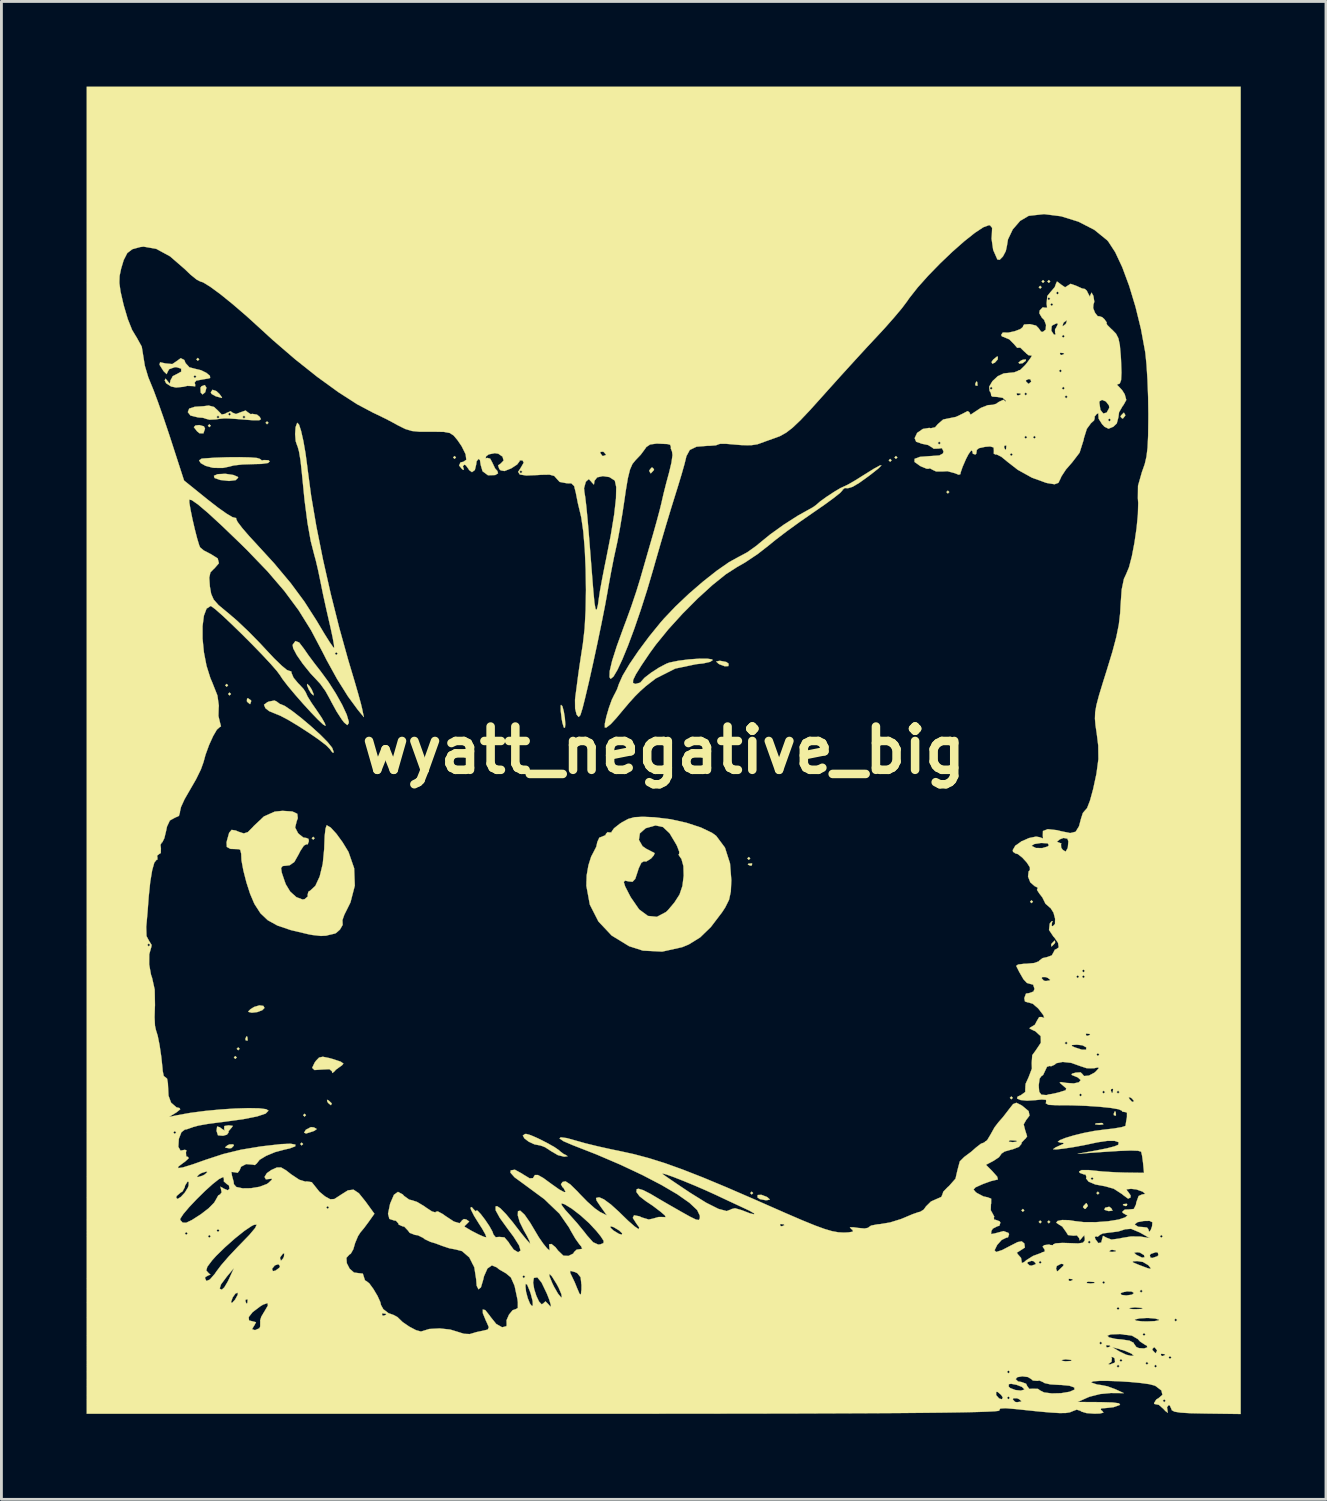
<source format=kicad_pcb>
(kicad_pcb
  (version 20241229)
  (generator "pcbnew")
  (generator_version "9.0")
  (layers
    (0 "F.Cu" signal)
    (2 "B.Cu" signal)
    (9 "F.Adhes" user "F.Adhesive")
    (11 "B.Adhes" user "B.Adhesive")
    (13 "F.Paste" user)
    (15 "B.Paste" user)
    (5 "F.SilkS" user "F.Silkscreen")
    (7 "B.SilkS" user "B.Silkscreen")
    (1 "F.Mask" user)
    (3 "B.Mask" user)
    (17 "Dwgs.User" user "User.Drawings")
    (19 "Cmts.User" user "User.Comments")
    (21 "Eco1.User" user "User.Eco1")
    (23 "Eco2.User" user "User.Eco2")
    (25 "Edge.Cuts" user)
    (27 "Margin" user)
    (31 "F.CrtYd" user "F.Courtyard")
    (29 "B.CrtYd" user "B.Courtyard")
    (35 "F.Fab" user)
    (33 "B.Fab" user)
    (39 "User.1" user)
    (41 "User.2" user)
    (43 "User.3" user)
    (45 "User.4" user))
  (footprint "wyatt_negative_big"
    (layer "F.Cu")
    (at 20.325 23.373)
    (property "Reference" "wyatt_negative_big" (at 0 0 0) (layer "F.SilkS") (effects (font (size 1.524 1.524) (thickness 0.3))))
    (attr through_hole)
    (fp_poly (pts (xy -16.358 -13.767) (xy -16.408 -13.716) (xy -16.459 -13.767) (xy -16.408 -13.818) (xy -16.358 -13.767)) (stroke (width 0.01) (type solid)) (fill yes) (layer "F.SilkS"))
    (fp_poly (pts (xy -15.951 -11.43) (xy -16.002 -11.379) (xy -16.053 -11.43) (xy -16.002 -11.481) (xy -15.951 -11.43)) (stroke (width 0.01) (type solid)) (fill yes) (layer "F.SilkS"))
    (fp_poly (pts (xy -15.342 -2.286) (xy -15.392 -2.235) (xy -15.443 -2.286) (xy -15.392 -2.337) (xy -15.342 -2.286)) (stroke (width 0.01) (type solid)) (fill yes) (layer "F.SilkS"))
    (fp_poly (pts (xy -15.24 -1.981) (xy -15.291 -1.93) (xy -15.342 -1.981) (xy -15.291 -2.032) (xy -15.24 -1.981)) (stroke (width 0.01) (type solid)) (fill yes) (layer "F.SilkS"))
    (fp_poly (pts (xy -15.037 10.82) (xy -15.088 10.871) (xy -15.138 10.82) (xy -15.088 10.77) (xy -15.037 10.82)) (stroke (width 0.01) (type solid)) (fill yes) (layer "F.SilkS"))
    (fp_poly (pts (xy -14.935 10.516) (xy -14.986 10.566) (xy -15.037 10.516) (xy -14.986 10.465) (xy -14.935 10.516)) (stroke (width 0.01) (type solid)) (fill yes) (layer "F.SilkS"))
    (fp_poly (pts (xy -13.919 -11.532) (xy -13.97 -11.481) (xy -14.021 -11.532) (xy -13.97 -11.582) (xy -13.919 -11.532)) (stroke (width 0.01) (type solid)) (fill yes) (layer "F.SilkS"))
    (fp_poly (pts (xy -12.7 13.868) (xy -12.751 13.919) (xy -12.802 13.868) (xy -12.751 13.818) (xy -12.7 13.868)) (stroke (width 0.01) (type solid)) (fill yes) (layer "F.SilkS"))
    (fp_poly (pts (xy -12.598 12.852) (xy -12.649 12.903) (xy -12.7 12.852) (xy -12.649 12.802) (xy -12.598 12.852)) (stroke (width 0.01) (type solid)) (fill yes) (layer "F.SilkS"))
    (fp_poly (pts (xy -12.294 3.099) (xy -12.344 3.15) (xy -12.395 3.099) (xy -12.344 3.048) (xy -12.294 3.099)) (stroke (width 0.01) (type solid)) (fill yes) (layer "F.SilkS"))
    (fp_poly (pts (xy -7.315 -10.312) (xy -7.366 -10.262) (xy -7.417 -10.312) (xy -7.366 -10.363) (xy -7.315 -10.312)) (stroke (width 0.01) (type solid)) (fill yes) (layer "F.SilkS"))
    (fp_poly (pts (xy 3.048 3.81) (xy 2.997 3.861) (xy 2.946 3.81) (xy 2.997 3.759) (xy 3.048 3.81)) (stroke (width 0.01) (type solid)) (fill yes) (layer "F.SilkS"))
    (fp_poly (pts (xy 3.15 15.596) (xy 3.099 15.646) (xy 3.048 15.596) (xy 3.099 15.545) (xy 3.15 15.596)) (stroke (width 0.01) (type solid)) (fill yes) (layer "F.SilkS"))
    (fp_poly (pts (xy 8.026 -10.211) (xy 7.976 -10.16) (xy 7.925 -10.211) (xy 7.976 -10.262) (xy 8.026 -10.211)) (stroke (width 0.01) (type solid)) (fill yes) (layer "F.SilkS"))
    (fp_poly (pts (xy 8.23 -10.312) (xy 8.179 -10.262) (xy 8.128 -10.312) (xy 8.179 -10.363) (xy 8.23 -10.312)) (stroke (width 0.01) (type solid)) (fill yes) (layer "F.SilkS"))
    (fp_poly (pts (xy 10.058 -9.093) (xy 10.008 -9.042) (xy 9.957 -9.093) (xy 10.008 -9.144) (xy 10.058 -9.093)) (stroke (width 0.01) (type solid)) (fill yes) (layer "F.SilkS"))
    (fp_poly (pts (xy 12.294 12.243) (xy 12.243 12.294) (xy 12.192 12.243) (xy 12.243 12.192) (xy 12.294 12.243)) (stroke (width 0.01) (type solid)) (fill yes) (layer "F.SilkS"))
    (fp_poly (pts (xy 12.7 16.205) (xy 12.649 16.256) (xy 12.598 16.205) (xy 12.649 16.154) (xy 12.7 16.205)) (stroke (width 0.01) (type solid)) (fill yes) (layer "F.SilkS"))
    (fp_poly (pts (xy 13.005 5.334) (xy 12.954 5.385) (xy 12.903 5.334) (xy 12.954 5.283) (xy 13.005 5.334)) (stroke (width 0.01) (type solid)) (fill yes) (layer "F.SilkS"))
    (fp_poly (pts (xy 13.31 -16.307) (xy 13.259 -16.256) (xy 13.208 -16.307) (xy 13.259 -16.358) (xy 13.31 -16.307)) (stroke (width 0.01) (type solid)) (fill yes) (layer "F.SilkS"))
    (fp_poly (pts (xy 13.31 16.612) (xy 13.259 16.662) (xy 13.208 16.612) (xy 13.259 16.561) (xy 13.31 16.612)) (stroke (width 0.01) (type solid)) (fill yes) (layer "F.SilkS"))
    (fp_poly (pts (xy 13.411 -16.51) (xy 13.36 -16.459) (xy 13.31 -16.51) (xy 13.36 -16.561) (xy 13.411 -16.51)) (stroke (width 0.01) (type solid)) (fill yes) (layer "F.SilkS"))
    (fp_poly (pts (xy 13.614 -16.51) (xy 13.564 -16.459) (xy 13.513 -16.51) (xy 13.564 -16.561) (xy 13.614 -16.51)) (stroke (width 0.01) (type solid)) (fill yes) (layer "F.SilkS"))
    (fp_poly (pts (xy 13.614 16.612) (xy 13.564 16.662) (xy 13.513 16.612) (xy 13.564 16.561) (xy 13.614 16.612)) (stroke (width 0.01) (type solid)) (fill yes) (layer "F.SilkS"))
    (fp_poly (pts (xy 15.342 15.596) (xy 15.291 15.646) (xy 15.24 15.596) (xy 15.291 15.545) (xy 15.342 15.596)) (stroke (width 0.01) (type solid)) (fill yes) (layer "F.SilkS"))
    (fp_poly (pts (xy -14.664 10.092) (xy -14.652 10.213) (xy -14.664 10.228) (xy -14.725 10.214) (xy -14.732 10.16) (xy -14.695 10.076) (xy -14.664 10.092)) (stroke (width 0.01) (type solid)) (fill yes) (layer "F.SilkS"))
    (fp_poly (pts (xy 3.116 3.996) (xy 3.102 4.057) (xy 3.048 4.064) (xy 2.964 4.027) (xy 2.98 3.996) (xy 3.101 3.984) (xy 3.116 3.996)) (stroke (width 0.01) (type solid)) (fill yes) (layer "F.SilkS"))
    (fp_poly (pts (xy 11.041 -12.971) (xy 11.053 -12.85) (xy 11.041 -12.835) (xy 10.98 -12.849) (xy 10.973 -12.903) (xy 11.01 -12.987) (xy 11.041 -12.971)) (stroke (width 0.01) (type solid)) (fill yes) (layer "F.SilkS"))
    (fp_poly (pts (xy 15.469 13.141) (xy 15.481 13.178) (xy 15.342 13.192) (xy 15.197 13.176) (xy 15.215 13.141) (xy 15.423 13.127) (xy 15.469 13.141)) (stroke (width 0.01) (type solid)) (fill yes) (layer "F.SilkS"))
    (fp_poly (pts (xy 15.917 12.734) (xy 15.929 12.854) (xy 15.917 12.869) (xy 15.857 12.855) (xy 15.85 12.802) (xy 15.887 12.718) (xy 15.917 12.734)) (stroke (width 0.01) (type solid)) (fill yes) (layer "F.SilkS"))
    (fp_poly (pts (xy 16.324 15.985) (xy 16.31 16.045) (xy 16.256 16.053) (xy 16.172 16.016) (xy 16.188 15.985) (xy 16.309 15.973) (xy 16.324 15.985)) (stroke (width 0.01) (type solid)) (fill yes) (layer "F.SilkS"))
    (fp_poly (pts (xy -16.105 -12.769) (xy -16.148 -12.608) (xy -16.24 -12.531) (xy -16.306 -12.596) (xy -16.314 -12.767) (xy -16.279 -12.819) (xy -16.162 -12.862) (xy -16.105 -12.769)) (stroke (width 0.01) (type solid)) (fill yes) (layer "F.SilkS"))
    (fp_poly (pts (xy -11.801 12.335) (xy -11.692 12.437) (xy -11.715 12.496) (xy -11.729 12.497) (xy -11.815 12.425) (xy -11.846 12.38) (xy -11.858 12.31) (xy -11.801 12.335)) (stroke (width 0.01) (type solid)) (fill yes) (layer "F.SilkS"))
    (fp_poly (pts (xy 11.764 -13.764) (xy 11.662 -13.65) (xy 11.572 -13.614) (xy 11.546 -13.673) (xy 11.604 -13.757) (xy 11.728 -13.859) (xy 11.77 -13.865) (xy 11.764 -13.764)) (stroke (width 0.01) (type solid)) (fill yes) (layer "F.SilkS"))
    (fp_poly (pts (xy 12.75 -13.715) (xy 12.641 -13.631) (xy 12.525 -13.616) (xy 12.497 -13.654) (xy 12.576 -13.72) (xy 12.654 -13.755) (xy 12.759 -13.762) (xy 12.75 -13.715)) (stroke (width 0.01) (type solid)) (fill yes) (layer "F.SilkS"))
    (fp_poly (pts (xy 15.763 16.129) (xy 15.809 16.215) (xy 15.677 16.23) (xy 15.663 16.229) (xy 15.52 16.185) (xy 15.546 16.113) (xy 15.691 16.077) (xy 15.763 16.129)) (stroke (width 0.01) (type solid)) (fill yes) (layer "F.SilkS"))
    (fp_poly (pts (xy -16.193 -11.408) (xy -16.154 -11.328) (xy -16.212 -11.16) (xy -16.351 -11.164) (xy -16.434 -11.233) (xy -16.547 -11.378) (xy -16.493 -11.437) (xy -16.358 -11.453) (xy -16.193 -11.408)) (stroke (width 0.01) (type solid)) (fill yes) (layer "F.SilkS"))
    (fp_poly (pts (xy -15.138 13.922) (xy -15.221 14.01) (xy -15.291 14.021) (xy -15.426 13.999) (xy -15.443 13.981) (xy -15.364 13.915) (xy -15.291 13.882) (xy -15.16 13.88) (xy -15.138 13.922)) (stroke (width 0.01) (type solid)) (fill yes) (layer "F.SilkS"))
    (fp_poly (pts (xy -14.533 -1.755) (xy -14.529 -1.727) (xy -14.563 -1.628) (xy -14.574 -1.626) (xy -14.66 -1.697) (xy -14.681 -1.727) (xy -14.673 -1.821) (xy -14.636 -1.829) (xy -14.533 -1.755)) (stroke (width 0.01) (type solid)) (fill yes) (layer "F.SilkS"))
    (fp_poly (pts (xy -12.473 -2.259) (xy -12.395 -2.134) (xy -12.33 -1.977) (xy -12.337 -1.93) (xy -12.419 -2.008) (xy -12.497 -2.134) (xy -12.562 -2.291) (xy -12.555 -2.337) (xy -12.473 -2.259)) (stroke (width 0.01) (type solid)) (fill yes) (layer "F.SilkS"))
    (fp_poly (pts (xy -12.319 13.283) (xy -12.219 13.341) (xy -12.302 13.402) (xy -12.352 13.422) (xy -12.593 13.498) (xy -12.665 13.469) (xy -12.603 13.366) (xy -12.425 13.272) (xy -12.319 13.283)) (stroke (width 0.01) (type solid)) (fill yes) (layer "F.SilkS"))
    (fp_poly (pts (xy -0.34 -9.895) (xy -0.356 -9.855) (xy -0.447 -9.758) (xy -0.463 -9.754) (xy -0.507 -9.832) (xy -0.508 -9.855) (xy -0.43 -9.953) (xy -0.4 -9.957) (xy -0.34 -9.895)) (stroke (width 0.01) (type solid)) (fill yes) (layer "F.SilkS"))
    (fp_poly (pts (xy 13.786 6.771) (xy 13.767 6.807) (xy 13.671 6.904) (xy 13.653 6.909) (xy 13.646 6.843) (xy 13.665 6.807) (xy 13.761 6.71) (xy 13.779 6.706) (xy 13.786 6.771)) (stroke (width 0.01) (type solid)) (fill yes) (layer "F.SilkS"))
    (fp_poly (pts (xy 14.934 16.03) (xy 14.935 16.053) (xy 14.857 16.15) (xy 14.828 16.154) (xy 14.767 16.092) (xy 14.783 16.053) (xy 14.874 15.956) (xy 14.89 15.951) (xy 14.934 16.03)) (stroke (width 0.01) (type solid)) (fill yes) (layer "F.SilkS"))
    (fp_poly (pts (xy 16.255 -11.809) (xy 16.256 -11.786) (xy 16.178 -11.688) (xy 16.148 -11.684) (xy 16.088 -11.746) (xy 16.104 -11.786) (xy 16.195 -11.883) (xy 16.211 -11.887) (xy 16.255 -11.809)) (stroke (width 0.01) (type solid)) (fill yes) (layer "F.SilkS"))
    (fp_poly (pts (xy -15.753 -12.648) (xy -15.646 -12.548) (xy -15.56 -12.429) (xy -15.558 -12.407) (xy -15.676 -12.439) (xy -15.773 -12.465) (xy -15.924 -12.549) (xy -15.951 -12.606) (xy -15.892 -12.696) (xy -15.753 -12.648)) (stroke (width 0.01) (type solid)) (fill yes) (layer "F.SilkS"))
    (fp_poly (pts (xy 2.205 -3.108) (xy 2.286 -3.048) (xy 2.279 -2.964) (xy 2.149 -2.958) (xy 1.963 -3.028) (xy 1.93 -3.048) (xy 1.849 -3.123) (xy 1.95 -3.147) (xy 2.001 -3.148) (xy 2.205 -3.108)) (stroke (width 0.01) (type solid)) (fill yes) (layer "F.SilkS"))
    (fp_poly (pts (xy 3.625 15.728) (xy 3.658 15.748) (xy 3.739 15.823) (xy 3.638 15.847) (xy 3.587 15.848) (xy 3.383 15.808) (xy 3.302 15.748) (xy 3.309 15.664) (xy 3.439 15.658) (xy 3.625 15.728)) (stroke (width 0.01) (type solid)) (fill yes) (layer "F.SilkS"))
    (fp_poly (pts (xy -14.098 9.004) (xy -14.06 9.076) (xy -14.137 9.155) (xy -14.311 9.221) (xy -14.504 9.244) (xy -14.623 9.216) (xy -14.63 9.198) (xy -14.553 9.12) (xy -14.425 9.041) (xy -14.239 8.985) (xy -14.098 9.004)) (stroke (width 0.01) (type solid)) (fill yes) (layer "F.SilkS"))
    (fp_poly (pts (xy -15.418 -9.734) (xy -15.154 -9.694) (xy -15.001 -9.629) (xy -14.986 -9.601) (xy -15.075 -9.513) (xy -15.308 -9.484) (xy -15.621 -9.519) (xy -15.82 -9.589) (xy -15.841 -9.666) (xy -15.709 -9.723) (xy -15.447 -9.736) (xy -15.418 -9.734)) (stroke (width 0.01) (type solid)) (fill yes) (layer "F.SilkS"))
    (fp_poly (pts (xy -3.569 -1.552) (xy -3.52 -1.374) (xy -3.481 -1.138) (xy -3.465 -0.915) (xy -3.478 -0.793) (xy -3.517 -0.8) (xy -3.568 -0.968) (xy -3.593 -1.106) (xy -3.626 -1.385) (xy -3.627 -1.568) (xy -3.617 -1.599) (xy -3.569 -1.552)) (stroke (width 0.01) (type solid)) (fill yes) (layer "F.SilkS"))
    (fp_poly (pts (xy -15.175 13.23) (xy -15.217 13.293) (xy -15.223 13.297) (xy -15.325 13.415) (xy -15.325 13.463) (xy -15.382 13.538) (xy -15.519 13.578) (xy -15.698 13.562) (xy -15.748 13.408) (xy -15.748 13.398) (xy -15.728 13.251) (xy -15.634 13.278) (xy -15.576 13.323) (xy -15.463 13.397) (xy -15.48 13.335) (xy -15.475 13.235) (xy -15.322 13.21) (xy -15.175 13.23)) (stroke (width 0.01) (type solid)) (fill yes) (layer "F.SilkS"))
    (fp_poly (pts (xy -11.778 10.841) (xy -11.639 10.88) (xy -11.373 10.969) (xy -11.28 11.036) (xy -11.335 11.102) (xy -11.355 11.113) (xy -11.542 11.248) (xy -11.606 11.32) (xy -11.672 11.369) (xy -11.682 11.309) (xy -11.772 11.233) (xy -12.04 11.246) (xy -12.299 11.263) (xy -12.381 11.187) (xy -12.294 11.003) (xy -12.245 10.935) (xy -12.138 10.824) (xy -12.005 10.795) (xy -11.778 10.841)) (stroke (width 0.01) (type solid)) (fill yes) (layer "F.SilkS"))
    (fp_poly (pts (xy -4.68 13.559) (xy -4.415 13.675) (xy -4.114 13.827) (xy -3.846 13.978) (xy -3.678 14.095) (xy -3.658 14.118) (xy -3.526 14.219) (xy -3.454 14.252) (xy -3.384 14.298) (xy -3.505 14.315) (xy -3.728 14.259) (xy -3.962 14.122) (xy -4.178 13.981) (xy -4.339 13.921) (xy -4.339 13.921) (xy -4.552 13.88) (xy -4.754 13.786) (xy -4.904 13.672) (xy -4.962 13.571) (xy -4.888 13.516) (xy -4.841 13.513) (xy -4.68 13.559)) (stroke (width 0.01) (type solid)) (fill yes) (layer "F.SilkS"))
    (fp_poly (pts (xy -14.579 -10.314) (xy -14.324 -10.294) (xy -14.224 -10.262) (xy -14.224 -10.261) (xy -14.15 -10.206) (xy -14.082 -10.221) (xy -13.92 -10.214) (xy -13.877 -10.175) (xy -13.933 -10.117) (xy -14.169 -10.084) (xy -14.462 -10.077) (xy -14.834 -10.065) (xy -15.145 -10.03) (xy -15.302 -9.989) (xy -15.526 -9.942) (xy -15.832 -9.945) (xy -15.892 -9.952) (xy -16.136 -10.017) (xy -16.305 -10.113) (xy -16.364 -10.208) (xy -16.275 -10.269) (xy -16.239 -10.274) (xy -15.82 -10.303) (xy -15.372 -10.319) (xy -14.944 -10.322) (xy -14.579 -10.314)) (stroke (width 0.01) (type solid)) (fill yes) (layer "F.SilkS"))
    (fp_poly (pts (xy -12.84 -3.796) (xy -12.675 -3.581) (xy -12.515 -3.349) (xy -12.283 -3.038) (xy -12.092 -2.794) (xy -11.813 -2.414) (xy -11.549 -2) (xy -11.324 -1.599) (xy -11.164 -1.254) (xy -11.092 -1.01) (xy -11.093 -0.954) (xy -11.144 -0.885) (xy -11.256 -0.978) (xy -11.337 -1.083) (xy -11.522 -1.369) (xy -11.708 -1.709) (xy -11.742 -1.778) (xy -11.912 -2.084) (xy -12.096 -2.34) (xy -12.14 -2.388) (xy -12.438 -2.706) (xy -12.709 -3.042) (xy -12.923 -3.352) (xy -13.05 -3.593) (xy -13.068 -3.712) (xy -12.971 -3.846) (xy -12.84 -3.796)) (stroke (width 0.01) (type solid)) (fill yes) (layer "F.SilkS"))
    (fp_poly (pts (xy -13.631 -1.715) (xy -13.515 -1.627) (xy -13.498 -1.626) (xy -13.344 -1.56) (xy -13.087 -1.385) (xy -12.767 -1.136) (xy -12.426 -0.848) (xy -12.104 -0.556) (xy -11.843 -0.293) (xy -11.683 -0.095) (xy -11.672 -0.076) (xy -11.617 0.079) (xy -11.668 0.079) (xy -11.755 -0.04) (xy -11.886 -0.173) (xy -12.146 -0.373) (xy -12.487 -0.609) (xy -12.859 -0.849) (xy -13.214 -1.063) (xy -13.504 -1.217) (xy -13.653 -1.276) (xy -13.896 -1.378) (xy -14.028 -1.482) (xy -14.078 -1.603) (xy -13.958 -1.693) (xy -13.905 -1.714) (xy -13.709 -1.752) (xy -13.631 -1.715)) (stroke (width 0.01) (type solid)) (fill yes) (layer "F.SilkS"))
    (fp_poly (pts (xy -16.883 -13.743) (xy -16.842 -13.638) (xy -16.706 -13.487) (xy -16.503 -13.434) (xy -16.295 -13.384) (xy -16.106 -13.291) (xy -15.983 -13.188) (xy -15.974 -13.112) (xy -16.031 -13.094) (xy -16.231 -13.061) (xy -16.256 -13.056) (xy -16.454 -13.019) (xy -16.465 -13.018) (xy -16.522 -12.941) (xy -16.502 -12.89) (xy -16.502 -12.813) (xy -16.572 -12.825) (xy -16.779 -12.833) (xy -16.916 -12.8) (xy -17.174 -12.775) (xy -17.348 -12.811) (xy -17.524 -12.925) (xy -17.575 -13.027) (xy -17.544 -13.088) (xy -17.475 -13.005) (xy -17.396 -12.908) (xy -17.376 -12.995) (xy -17.375 -13.018) (xy -17.299 -13.157) (xy -16.561 -13.157) (xy -16.51 -13.106) (xy -16.459 -13.157) (xy -16.51 -13.208) (xy -16.561 -13.157) (xy -17.299 -13.157) (xy -17.288 -13.176) (xy -17.17 -13.237) (xy -16.993 -13.333) (xy -16.994 -13.439) (xy -17.159 -13.492) (xy -17.221 -13.49) (xy -17.418 -13.421) (xy -17.475 -13.319) (xy -17.505 -13.246) (xy -17.608 -13.345) (xy -17.624 -13.366) (xy -17.758 -13.579) (xy -17.736 -13.664) (xy -17.558 -13.626) (xy -17.551 -13.624) (xy -17.307 -13.601) (xy -17.192 -13.677) (xy -17.009 -13.808) (xy -16.883 -13.743)) (stroke (width 0.01) (type solid)) (fill yes) (layer "F.SilkS"))
    (fp_poly (pts (xy -15.838 -12.091) (xy -15.701 -11.964) (xy -15.566 -11.824) (xy -15.507 -11.836) (xy -15.342 -11.836) (xy -15.291 -11.786) (xy -15.24 -11.836) (xy -15.291 -11.887) (xy -15.342 -11.836) (xy -15.507 -11.836) (xy -15.438 -11.851) (xy -15.406 -11.876) (xy -15.252 -11.941) (xy -15.192 -11.892) (xy -15.065 -11.841) (xy -14.908 -11.901) (xy -14.723 -11.965) (xy -14.654 -11.907) (xy -14.546 -11.836) (xy -14.488 -11.847) (xy -14.324 -11.82) (xy -14.231 -11.744) (xy -14.184 -11.66) (xy -14.245 -11.622) (xy -14.449 -11.621) (xy -14.698 -11.639) (xy -15.084 -11.67) (xy -15.328 -11.686) (xy -15.489 -11.687) (xy -15.627 -11.674) (xy -15.771 -11.653) (xy -15.994 -11.641) (xy -16.106 -11.669) (xy -16.241 -11.714) (xy -16.438 -11.731) (xy -16.451 -11.735) (xy -15.748 -11.735) (xy -15.697 -11.684) (xy -15.646 -11.735) (xy -14.834 -11.735) (xy -14.783 -11.684) (xy -14.732 -11.735) (xy -14.783 -11.786) (xy -14.834 -11.735) (xy -15.646 -11.735) (xy -15.697 -11.786) (xy -15.748 -11.735) (xy -16.451 -11.735) (xy -16.666 -11.788) (xy -16.76 -11.908) (xy -16.712 -12.032) (xy -16.512 -12.097) (xy -16.492 -12.098) (xy -16.211 -12.116) (xy -16.027 -12.14) (xy -15.838 -12.091)) (stroke (width 0.01) (type solid)) (fill yes) (layer "F.SilkS"))
    (fp_poly (pts (xy -13.078 2.157) (xy -12.905 2.238) (xy -12.887 2.392) (xy -12.925 2.497) (xy -12.981 2.72) (xy -12.883 2.911) (xy -12.855 2.944) (xy -12.692 3.074) (xy -12.585 3.09) (xy -12.51 3.122) (xy -12.497 3.2) (xy -12.538 3.315) (xy -12.584 3.311) (xy -12.674 3.36) (xy -12.798 3.548) (xy -12.854 3.66) (xy -13.008 3.933) (xy -13.173 4.05) (xy -13.281 4.064) (xy -13.42 4.078) (xy -13.476 4.148) (xy -13.451 4.314) (xy -13.348 4.617) (xy -13.308 4.724) (xy -13.154 4.979) (xy -12.938 5.173) (xy -12.722 5.256) (xy -12.647 5.245) (xy -12.535 5.15) (xy -12.541 5.091) (xy -12.514 4.983) (xy -12.449 4.943) (xy -12.268 4.775) (xy -12.116 4.446) (xy -12.008 3.999) (xy -11.957 3.475) (xy -11.954 3.378) (xy -11.94 3.021) (xy -11.91 2.759) (xy -11.87 2.643) (xy -11.865 2.642) (xy -11.728 2.723) (xy -11.531 2.937) (xy -11.31 3.239) (xy -11.102 3.581) (xy -11.1 3.586) (xy -10.902 4.157) (xy -10.879 4.769) (xy -11.032 5.359) (xy -11.118 5.533) (xy -11.25 5.797) (xy -11.314 5.981) (xy -11.312 6.028) (xy -11.307 6.152) (xy -11.404 6.318) (xy -11.546 6.442) (xy -11.596 6.46) (xy -11.821 6.512) (xy -11.887 6.531) (xy -12.075 6.54) (xy -12.368 6.507) (xy -12.497 6.484) (xy -13.132 6.334) (xy -13.602 6.175) (xy -13.946 5.985) (xy -14.201 5.743) (xy -14.406 5.426) (xy -14.43 5.378) (xy -14.566 5.057) (xy -14.696 4.654) (xy -14.803 4.238) (xy -14.87 3.878) (xy -14.88 3.645) (xy -14.915 3.505) (xy -14.972 3.484) (xy -15.26 3.474) (xy -15.387 3.406) (xy -15.396 3.249) (xy -15.38 3.175) (xy -15.305 2.908) (xy -15.218 2.804) (xy -15.071 2.827) (xy -14.972 2.87) (xy -14.789 2.93) (xy -14.646 2.883) (xy -14.467 2.703) (xy -14.442 2.673) (xy -14.078 2.33) (xy -13.699 2.162) (xy -13.426 2.134) (xy -13.078 2.157)) (stroke (width 0.01) (type solid)) (fill yes) (layer "F.SilkS"))
    (fp_poly (pts (xy -0.323 2.361) (xy 0.24 2.429) (xy 0.804 2.555) (xy 1.31 2.721) (xy 1.703 2.909) (xy 1.848 3.015) (xy 2.157 3.429) (xy 2.336 3.988) (xy 2.382 4.575) (xy 2.364 4.976) (xy 2.301 5.267) (xy 2.166 5.538) (xy 2.054 5.709) (xy 1.659 6.228) (xy 1.283 6.592) (xy 0.882 6.84) (xy 0.652 6.935) (xy -0.053 7.092) (xy -0.733 7.057) (xy -1.219 6.901) (xy -1.835 6.524) (xy -2.301 6.028) (xy -2.602 5.436) (xy -2.724 4.773) (xy -2.72 4.641) (xy -1.407 4.641) (xy -1.357 4.798) (xy -1.206 5.093) (xy -1.158 5.182) (xy -0.865 5.606) (xy -0.556 5.835) (xy -0.239 5.867) (xy 0.078 5.699) (xy 0.147 5.635) (xy 0.377 5.363) (xy 0.558 5.081) (xy 0.659 4.781) (xy 0.704 4.421) (xy 0.694 4.079) (xy 0.625 3.829) (xy 0.589 3.78) (xy 0.521 3.677) (xy 0.541 3.658) (xy 0.549 3.579) (xy 0.475 3.385) (xy 0.448 3.327) (xy 0.208 2.925) (xy -0.026 2.704) (xy -0.288 2.648) (xy -0.611 2.739) (xy -0.644 2.754) (xy -0.84 2.929) (xy -0.873 3.158) (xy -0.746 3.379) (xy -0.61 3.473) (xy -0.412 3.574) (xy -0.318 3.624) (xy -0.35 3.703) (xy -0.444 3.812) (xy -0.61 3.917) (xy -0.706 3.915) (xy -0.788 3.964) (xy -0.881 4.159) (xy -0.915 4.269) (xy -1.002 4.53) (xy -1.098 4.632) (xy -1.225 4.621) (xy -1.362 4.592) (xy -1.407 4.641) (xy -2.72 4.641) (xy -2.713 4.408) (xy -2.651 4.052) (xy -2.555 3.748) (xy -2.497 3.638) (xy -2.375 3.4) (xy -2.337 3.229) (xy -2.267 3.077) (xy -2.184 3.048) (xy -2.049 2.99) (xy -2.032 2.94) (xy -1.97 2.88) (xy -1.93 2.896) (xy -1.837 2.892) (xy -1.829 2.859) (xy -1.75 2.749) (xy -1.552 2.592) (xy -1.466 2.536) (xy -1.249 2.419) (xy -1.028 2.358) (xy -0.737 2.343) (xy -0.323 2.361)) (stroke (width 0.01) (type solid)) (fill yes) (layer "F.SilkS"))
    (fp_poly (pts (xy 7.567 -9.929) (xy 7.299 -9.716) (xy 7.214 -9.652) (xy 6.88 -9.412) (xy 6.655 -9.279) (xy 6.491 -9.229) (xy 6.375 -9.234) (xy 6.3 -9.171) (xy 6.299 -9.157) (xy 6.22 -9.07) (xy 6.003 -8.896) (xy 5.681 -8.66) (xy 5.287 -8.387) (xy 5.262 -8.37) (xy 4.797 -8.047) (xy 4.335 -7.712) (xy 3.937 -7.408) (xy 3.699 -7.214) (xy 3.312 -6.912) (xy 2.869 -6.616) (xy 2.583 -6.452) (xy 2.192 -6.201) (xy 1.718 -5.82) (xy 1.199 -5.347) (xy 0.669 -4.815) (xy 0.166 -4.262) (xy -0.274 -3.722) (xy -0.482 -3.436) (xy -0.787 -2.985) (xy -0.981 -2.673) (xy -1.076 -2.477) (xy -1.082 -2.374) (xy -1.011 -2.338) (xy -0.985 -2.337) (xy -0.827 -2.382) (xy -0.796 -2.417) (xy -0.675 -2.552) (xy -0.441 -2.733) (xy -0.16 -2.914) (xy 0.1 -3.05) (xy 0.203 -3.088) (xy 0.517 -3.152) (xy 0.878 -3.199) (xy 1.233 -3.224) (xy 1.525 -3.226) (xy 1.7 -3.201) (xy 1.727 -3.175) (xy 1.635 -3.113) (xy 1.396 -3.059) (xy 1.137 -3.03) (xy 0.406 -2.876) (xy -0.279 -2.529) (xy -0.624 -2.263) (xy -0.829 -2.08) (xy -1.012 -1.898) (xy -1.216 -1.672) (xy -1.483 -1.356) (xy -1.661 -1.142) (xy -1.864 -0.921) (xy -2.017 -0.801) (xy -2.074 -0.799) (xy -2.073 -0.935) (xy -2.018 -1.191) (xy -1.929 -1.495) (xy -1.827 -1.779) (xy -1.732 -1.972) (xy -1.725 -1.981) (xy -1.64 -2.152) (xy -1.576 -2.337) (xy -1.446 -2.629) (xy -1.207 -3.031) (xy -0.887 -3.502) (xy -0.514 -4.003) (xy -0.115 -4.494) (xy 0.014 -4.642) (xy 0.423 -5.072) (xy 0.896 -5.519) (xy 1.394 -5.948) (xy 1.876 -6.328) (xy 2.303 -6.625) (xy 2.633 -6.807) (xy 2.641 -6.81) (xy 2.943 -6.972) (xy 3.267 -7.203) (xy 3.356 -7.279) (xy 3.751 -7.601) (xy 4.236 -7.949) (xy 4.724 -8.261) (xy 5.032 -8.433) (xy 5.255 -8.557) (xy 5.384 -8.651) (xy 5.387 -8.655) (xy 5.513 -8.765) (xy 5.741 -8.929) (xy 6.003 -9.101) (xy 6.23 -9.236) (xy 6.347 -9.289) (xy 6.48 -9.351) (xy 6.729 -9.494) (xy 7.031 -9.683) (xy 7.396 -9.911) (xy 7.611 -10.028) (xy 7.669 -10.034) (xy 7.567 -9.929)) (stroke (width 0.01) (type solid)) (fill yes) (layer "F.SilkS"))
    (fp_poly (pts (xy 13.973 -16.42) (xy 13.985 -16.408) (xy 14.137 -16.305) (xy 14.226 -16.361) (xy 14.331 -16.427) (xy 14.524 -16.36) (xy 14.541 -16.351) (xy 14.735 -16.264) (xy 14.83 -16.246) (xy 14.899 -16.188) (xy 14.949 -16.086) (xy 15.01 -15.975) (xy 15.037 -16.053) (xy 15.069 -16.118) (xy 15.133 -16.002) (xy 15.166 -15.795) (xy 15.134 -15.697) (xy 15.125 -15.573) (xy 15.19 -15.409) (xy 15.283 -15.289) (xy 15.352 -15.282) (xy 15.443 -15.252) (xy 15.523 -15.179) (xy 15.605 -15.063) (xy 15.594 -15.037) (xy 15.62 -14.98) (xy 15.761 -14.839) (xy 15.797 -14.808) (xy 15.93 -14.671) (xy 16.014 -14.508) (xy 16.065 -14.266) (xy 16.098 -13.89) (xy 16.107 -13.741) (xy 16.122 -13.302) (xy 16.109 -13.036) (xy 16.063 -12.916) (xy 16.027 -12.902) (xy 15.96 -12.872) (xy 16.012 -12.825) (xy 16.146 -12.681) (xy 16.237 -12.537) (xy 16.292 -12.337) (xy 16.191 -12.154) (xy 16.166 -12.126) (xy 16.037 -11.903) (xy 16.014 -11.727) (xy 15.957 -11.51) (xy 15.837 -11.395) (xy 15.667 -11.324) (xy 15.525 -11.394) (xy 15.437 -11.488) (xy 15.347 -11.633) (xy 15.646 -11.633) (xy 15.697 -11.582) (xy 15.748 -11.633) (xy 15.697 -11.684) (xy 15.646 -11.633) (xy 15.347 -11.633) (xy 15.318 -11.68) (xy 15.309 -11.814) (xy 15.308 -11.869) (xy 15.249 -11.842) (xy 15.17 -11.742) (xy 15.182 -11.708) (xy 15.156 -11.615) (xy 15.048 -11.518) (xy 14.902 -11.319) (xy 14.8 -10.993) (xy 14.789 -10.929) (xy 14.647 -10.48) (xy 14.386 -10.139) (xy 14.165 -9.885) (xy 14.008 -9.645) (xy 13.978 -9.575) (xy 13.901 -9.418) (xy 13.766 -9.368) (xy 13.511 -9.409) (xy 13.462 -9.421) (xy 12.969 -9.6) (xy 12.47 -9.877) (xy 12.111 -10.156) (xy 11.894 -10.334) (xy 11.736 -10.414) (xy 12.192 -10.414) (xy 12.243 -10.363) (xy 12.294 -10.414) (xy 12.243 -10.465) (xy 12.192 -10.414) (xy 11.736 -10.414) (xy 11.728 -10.418) (xy 11.686 -10.415) (xy 11.625 -10.446) (xy 11.629 -10.542) (xy 11.621 -10.664) (xy 11.606 -10.668) (xy 11.989 -10.668) (xy 12.026 -10.584) (xy 12.057 -10.6) (xy 12.069 -10.721) (xy 12.057 -10.736) (xy 11.996 -10.722) (xy 11.989 -10.668) (xy 11.606 -10.668) (xy 11.498 -10.7) (xy 11.319 -10.686) (xy 11.104 -10.639) (xy 11.022 -10.574) (xy 11.026 -10.562) (xy 11.007 -10.442) (xy 10.974 -10.415) (xy 10.889 -10.442) (xy 10.869 -10.535) (xy 10.831 -10.56) (xy 10.736 -10.428) (xy 10.649 -10.262) (xy 10.527 -9.982) (xy 10.457 -9.779) (xy 10.45 -9.724) (xy 10.39 -9.703) (xy 10.253 -9.758) (xy 9.993 -9.828) (xy 9.825 -9.818) (xy 9.594 -9.819) (xy 9.479 -9.872) (xy 9.368 -9.934) (xy 9.347 -9.916) (xy 9.269 -9.913) (xy 9.076 -9.991) (xy 9.028 -10.015) (xy 8.834 -10.154) (xy 8.835 -10.262) (xy 9.024 -10.333) (xy 9.393 -10.361) (xy 9.423 -10.362) (xy 9.71 -10.383) (xy 9.837 -10.454) (xy 9.855 -10.526) (xy 9.797 -10.641) (xy 9.686 -10.625) (xy 9.511 -10.619) (xy 9.451 -10.664) (xy 9.311 -10.75) (xy 9.113 -10.791) (xy 9.026 -10.82) (xy 9.652 -10.82) (xy 9.703 -10.77) (xy 9.754 -10.82) (xy 9.703 -10.871) (xy 9.652 -10.82) (xy 9.026 -10.82) (xy 8.891 -10.865) (xy 8.839 -10.991) (xy 8.854 -11.024) (xy 12.7 -11.024) (xy 12.751 -10.973) (xy 12.802 -11.024) (xy 13.005 -11.024) (xy 13.056 -10.973) (xy 13.106 -11.024) (xy 13.056 -11.074) (xy 13.005 -11.024) (xy 12.802 -11.024) (xy 12.751 -11.074) (xy 12.7 -11.024) (xy 8.854 -11.024) (xy 8.926 -11.177) (xy 9.127 -11.316) (xy 9.354 -11.353) (xy 9.404 -11.34) (xy 9.559 -11.374) (xy 9.654 -11.485) (xy 9.842 -11.648) (xy 10.015 -11.684) (xy 10.292 -11.74) (xy 10.519 -11.848) (xy 10.703 -11.944) (xy 10.768 -11.905) (xy 10.77 -11.883) (xy 10.81 -11.819) (xy 10.947 -11.91) (xy 11.17 -12.057) (xy 11.416 -12.154) (xy 11.592 -12.166) (xy 11.592 -12.165) (xy 11.71 -12.202) (xy 11.776 -12.248) (xy 15.342 -12.248) (xy 15.381 -11.985) (xy 15.482 -11.86) (xy 15.601 -11.892) (xy 15.692 -12.058) (xy 15.683 -12.141) (xy 15.575 -12.283) (xy 15.438 -12.34) (xy 15.348 -12.288) (xy 15.342 -12.248) (xy 11.776 -12.248) (xy 11.811 -12.272) (xy 11.966 -12.344) (xy 12.022 -12.295) (xy 12.054 -12.268) (xy 12.047 -12.316) (xy 11.938 -12.412) (xy 11.755 -12.442) (xy 11.7 -12.446) (xy 14.122 -12.446) (xy 14.173 -12.395) (xy 14.224 -12.446) (xy 14.173 -12.497) (xy 14.122 -12.446) (xy 11.7 -12.446) (xy 11.576 -12.454) (xy 11.536 -12.484) (xy 11.524 -12.565) (xy 12.429 -12.565) (xy 12.443 -12.504) (xy 12.497 -12.497) (xy 12.58 -12.534) (xy 12.573 -12.548) (xy 12.7 -12.548) (xy 12.751 -12.497) (xy 12.802 -12.548) (xy 12.751 -12.598) (xy 12.7 -12.548) (xy 12.573 -12.548) (xy 12.565 -12.565) (xy 12.444 -12.577) (xy 12.429 -12.565) (xy 11.524 -12.565) (xy 11.521 -12.588) (xy 11.476 -12.655) (xy 11.468 -12.751) (xy 11.481 -12.751) (xy 11.532 -12.7) (xy 11.582 -12.751) (xy 14.021 -12.751) (xy 14.072 -12.7) (xy 14.122 -12.751) (xy 14.072 -12.802) (xy 14.021 -12.751) (xy 11.582 -12.751) (xy 11.532 -12.802) (xy 11.481 -12.751) (xy 11.468 -12.751) (xy 11.464 -12.806) (xy 11.577 -12.998) (xy 11.609 -13.027) (xy 12.754 -13.027) (xy 12.761 -12.988) (xy 12.845 -12.905) (xy 12.852 -12.903) (xy 12.934 -12.973) (xy 12.944 -12.988) (xy 12.913 -13.063) (xy 12.852 -13.073) (xy 12.754 -13.027) (xy 11.609 -13.027) (xy 11.764 -13.173) (xy 11.972 -13.27) (xy 12.014 -13.276) (xy 12.345 -13.309) (xy 12.473 -13.36) (xy 13.919 -13.36) (xy 13.97 -13.31) (xy 14.021 -13.36) (xy 13.97 -13.411) (xy 13.919 -13.36) (xy 12.473 -13.36) (xy 12.558 -13.395) (xy 12.739 -13.574) (xy 12.796 -13.645) (xy 12.93 -13.829) (xy 12.974 -13.906) (xy 12.961 -13.898) (xy 12.845 -13.914) (xy 12.763 -13.987) (xy 13.953 -13.987) (xy 13.967 -13.927) (xy 14.021 -13.919) (xy 14.104 -13.956) (xy 14.089 -13.987) (xy 13.968 -13.999) (xy 13.953 -13.987) (xy 12.763 -13.987) (xy 12.691 -14.051) (xy 12.559 -14.179) (xy 12.5 -14.178) (xy 12.5 -14.176) (xy 12.45 -14.173) (xy 12.339 -14.303) (xy 12.171 -14.472) (xy 12.034 -14.529) (xy 11.916 -14.58) (xy 14.021 -14.58) (xy 14.072 -14.529) (xy 14.122 -14.58) (xy 14.072 -14.63) (xy 14.021 -14.58) (xy 11.916 -14.58) (xy 11.902 -14.586) (xy 11.887 -14.63) (xy 11.944 -14.713) (xy 11.963 -14.711) (xy 12.139 -14.709) (xy 12.363 -14.757) (xy 12.56 -14.832) (xy 12.655 -14.91) (xy 12.652 -14.93) (xy 12.693 -14.994) (xy 12.888 -15.008) (xy 12.899 -15.008) (xy 13.115 -14.956) (xy 13.208 -14.861) (xy 13.208 -14.859) (xy 13.289 -14.744) (xy 13.347 -14.732) (xy 13.41 -14.778) (xy 13.651 -14.778) (xy 13.735 -14.648) (xy 13.79 -14.63) (xy 13.799 -14.681) (xy 13.785 -14.697) (xy 13.782 -14.819) (xy 13.831 -14.9) (xy 13.851 -14.942) (xy 14.046 -14.942) (xy 14.06 -14.935) (xy 14.152 -15.007) (xy 14.173 -15.037) (xy 14.199 -15.132) (xy 14.185 -15.138) (xy 14.092 -15.067) (xy 14.072 -15.037) (xy 14.046 -14.942) (xy 13.851 -14.942) (xy 13.888 -15.017) (xy 13.836 -15.037) (xy 13.686 -14.962) (xy 13.665 -14.935) (xy 13.651 -14.778) (xy 13.41 -14.778) (xy 13.451 -14.808) (xy 13.466 -14.979) (xy 13.398 -15.158) (xy 13.32 -15.234) (xy 13.229 -15.391) (xy 13.243 -15.49) (xy 13.351 -15.6) (xy 13.426 -15.586) (xy 13.503 -15.588) (xy 13.491 -15.697) (xy 13.614 -15.697) (xy 13.665 -15.646) (xy 13.716 -15.697) (xy 13.665 -15.748) (xy 13.614 -15.697) (xy 13.491 -15.697) (xy 13.486 -15.74) (xy 13.501 -15.9) (xy 13.513 -15.9) (xy 13.564 -15.85) (xy 13.614 -15.9) (xy 13.564 -15.951) (xy 13.513 -15.9) (xy 13.501 -15.9) (xy 13.51 -15.998) (xy 13.597 -16.104) (xy 13.818 -16.104) (xy 13.868 -16.053) (xy 13.919 -16.104) (xy 13.868 -16.154) (xy 13.818 -16.104) (xy 13.597 -16.104) (xy 13.622 -16.134) (xy 13.773 -16.312) (xy 13.818 -16.438) (xy 13.852 -16.509) (xy 13.973 -16.42)) (stroke (width 0.01) (type solid)) (fill yes) (layer "F.SilkS"))
    (fp_poly (pts (xy 20.32 23.377) (xy 19.101 23.361) (xy 18.566 23.35) (xy 18.206 23.329) (xy 17.992 23.295) (xy 17.895 23.244) (xy 17.882 23.204) (xy 17.825 23.077) (xy 17.783 23.063) (xy 17.726 23.141) (xy 17.741 23.241) (xy 17.753 23.334) (xy 17.67 23.273) (xy 17.598 23.195) (xy 17.439 23.055) (xy 17.336 23.034) (xy 17.335 23.034) (xy 17.276 23.022) (xy 17.272 22.989) (xy 17.323 22.911) (xy 17.577 22.911) (xy 17.628 22.962) (xy 17.678 22.911) (xy 17.628 22.86) (xy 17.577 22.911) (xy 17.323 22.911) (xy 17.353 22.863) (xy 17.424 22.823) (xy 17.565 22.703) (xy 17.528 22.547) (xy 17.326 22.393) (xy 17.284 22.374) (xy 17.101 22.326) (xy 16.804 22.285) (xy 16.437 22.25) (xy 16.042 22.225) (xy 15.663 22.211) (xy 15.343 22.211) (xy 15.126 22.226) (xy 15.055 22.258) (xy 15.068 22.272) (xy 15.268 22.34) (xy 15.392 22.355) (xy 15.628 22.402) (xy 15.9 22.502) (xy 16.205 22.642) (xy 15.748 22.638) (xy 15.37 22.674) (xy 15.006 22.766) (xy 14.935 22.794) (xy 14.58 22.954) (xy 15.392 22.959) (xy 15.81 22.971) (xy 16.033 23) (xy 16.073 23.047) (xy 16.053 23.063) (xy 15.842 23.137) (xy 15.596 23.165) (xy 15.404 23.181) (xy 15.395 23.231) (xy 15.443 23.266) (xy 15.488 23.329) (xy 15.36 23.36) (xy 15.17 23.366) (xy 14.891 23.345) (xy 14.707 23.29) (xy 14.681 23.266) (xy 14.545 23.223) (xy 14.41 23.275) (xy 14.305 23.318) (xy 14.162 23.341) (xy 13.948 23.344) (xy 13.633 23.326) (xy 13.187 23.286) (xy 12.577 23.222) (xy 12.405 23.204) (xy 12.043 23.173) (xy 11.856 23.184) (xy 11.82 23.237) (xy 11.826 23.25) (xy 11.787 23.267) (xy 11.644 23.282) (xy 11.39 23.295) (xy 11.019 23.307) (xy 10.523 23.318) (xy 9.896 23.328) (xy 9.132 23.336) (xy 8.222 23.344) (xy 7.162 23.35) (xy 5.943 23.355) (xy 4.559 23.36) (xy 3.003 23.363) (xy 1.269 23.365) (xy -0.651 23.367) (xy -2.762 23.368) (xy -4.21 23.368) (xy -20.32 23.368) (xy -20.32 22.863) (xy 12.294 22.863) (xy 12.376 22.951) (xy 12.446 22.962) (xy 12.582 22.94) (xy 12.598 22.922) (xy 12.519 22.856) (xy 12.446 22.823) (xy 12.315 22.821) (xy 12.294 22.863) (xy -20.32 22.863) (xy -20.32 22.71) (xy 11.708 22.71) (xy 11.81 22.827) (xy 11.906 22.86) (xy 11.941 22.809) (xy 12.09 22.809) (xy 12.141 22.86) (xy 12.192 22.809) (xy 12.141 22.758) (xy 12.09 22.809) (xy 11.941 22.809) (xy 11.947 22.802) (xy 11.885 22.705) (xy 11.761 22.599) (xy 11.71 22.597) (xy 11.708 22.71) (xy -20.32 22.71) (xy -20.32 22.412) (xy 12.148 22.412) (xy 12.207 22.465) (xy 12.385 22.532) (xy 12.578 22.553) (xy 12.694 22.519) (xy 12.7 22.501) (xy 12.616 22.422) (xy 12.428 22.349) (xy 12.237 22.313) (xy 12.156 22.326) (xy 12.148 22.412) (xy -20.32 22.412) (xy -20.32 22.149) (xy 12.395 22.149) (xy 12.48 22.231) (xy 12.598 22.25) (xy 12.763 22.31) (xy 12.802 22.393) (xy 12.877 22.494) (xy 12.993 22.486) (xy 13.183 22.493) (xy 13.253 22.546) (xy 13.397 22.618) (xy 13.668 22.652) (xy 13.995 22.644) (xy 14.299 22.593) (xy 14.469 22.517) (xy 14.459 22.442) (xy 14.292 22.382) (xy 13.993 22.353) (xy 13.919 22.352) (xy 13.619 22.334) (xy 13.411 22.287) (xy 13.363 22.255) (xy 13.231 22.198) (xy 13.164 22.211) (xy 13.001 22.198) (xy 12.958 22.156) (xy 12.827 22.075) (xy 12.629 22.05) (xy 12.455 22.08) (xy 12.395 22.149) (xy -20.32 22.149) (xy -20.32 21.895) (xy 12.09 21.895) (xy 12.141 21.946) (xy 12.192 21.895) (xy 12.141 21.844) (xy 12.09 21.895) (xy -20.32 21.895) (xy -20.32 21.692) (xy 15.951 21.692) (xy 16.002 21.742) (xy 16.053 21.692) (xy 17.272 21.692) (xy 17.323 21.742) (xy 17.374 21.692) (xy 17.323 21.641) (xy 17.272 21.692) (xy 16.053 21.692) (xy 16.002 21.641) (xy 15.951 21.692) (xy -20.32 21.692) (xy -20.32 21.62) (xy 15.656 21.62) (xy 15.717 21.633) (xy 15.829 21.59) (xy 16.967 21.59) (xy 17.018 21.641) (xy 17.069 21.59) (xy 17.018 21.539) (xy 16.967 21.59) (xy 15.829 21.59) (xy 15.874 21.573) (xy 15.896 21.546) (xy 15.889 21.488) (xy 16.053 21.488) (xy 16.104 21.539) (xy 16.154 21.488) (xy 16.104 21.438) (xy 16.053 21.488) (xy 15.889 21.488) (xy 15.88 21.418) (xy 15.845 21.387) (xy 17.78 21.387) (xy 17.831 21.438) (xy 17.882 21.387) (xy 17.831 21.336) (xy 17.78 21.387) (xy 15.845 21.387) (xy 15.836 21.378) (xy 15.764 21.364) (xy 15.784 21.413) (xy 15.772 21.54) (xy 15.723 21.573) (xy 15.656 21.62) (xy -20.32 21.62) (xy -20.32 21.501) (xy 14.007 21.501) (xy 14.142 21.519) (xy 14.173 21.519) (xy 14.347 21.508) (xy 14.362 21.477) (xy 14.353 21.473) (xy 14.151 21.452) (xy 14.048 21.469) (xy 14.007 21.501) (xy -20.32 21.501) (xy -20.32 20.963) (xy 15.579 20.963) (xy 15.593 21.024) (xy 15.646 21.031) (xy 15.665 21.023) (xy 15.799 21.023) (xy 16.053 21.176) (xy 16.29 21.289) (xy 16.459 21.329) (xy 16.561 21.317) (xy 16.497 21.268) (xy 17.509 21.268) (xy 17.523 21.329) (xy 17.577 21.336) (xy 17.66 21.299) (xy 17.645 21.268) (xy 17.524 21.256) (xy 17.509 21.268) (xy 16.497 21.268) (xy 16.48 21.255) (xy 16.459 21.244) (xy 16.242 21.15) (xy 16.064 21.093) (xy 17.205 21.093) (xy 17.221 21.133) (xy 17.312 21.23) (xy 17.329 21.234) (xy 17.372 21.156) (xy 17.374 21.133) (xy 17.295 21.035) (xy 17.266 21.031) (xy 17.205 21.093) (xy 16.064 21.093) (xy 16.053 21.09) (xy 15.799 21.023) (xy 15.665 21.023) (xy 15.73 20.994) (xy 15.714 20.963) (xy 15.594 20.951) (xy 15.579 20.963) (xy -20.32 20.963) (xy -20.32 20.879) (xy 15.342 20.879) (xy 15.392 20.93) (xy 15.443 20.879) (xy 15.392 20.828) (xy 15.342 20.879) (xy -20.32 20.879) (xy -20.32 20.619) (xy 15.624 20.619) (xy 15.683 20.679) (xy 15.913 20.732) (xy 16.134 20.753) (xy 16.406 20.794) (xy 16.55 20.869) (xy 16.56 20.897) (xy 16.645 21.017) (xy 16.739 21.057) (xy 16.92 21.068) (xy 17.031 21.03) (xy 17.017 20.97) (xy 16.962 20.945) (xy 16.778 20.825) (xy 16.697 20.736) (xy 16.489 20.617) (xy 16.176 20.574) (xy 16.866 20.574) (xy 16.916 20.625) (xy 16.967 20.574) (xy 16.916 20.523) (xy 16.866 20.574) (xy 16.176 20.574) (xy 16.096 20.563) (xy 16.053 20.562) (xy 15.745 20.574) (xy 15.624 20.619) (xy -20.32 20.619) (xy -20.32 19.965) (xy -14.617 19.965) (xy -14.604 20.082) (xy -14.466 20.117) (xy -14.358 20.144) (xy -14.415 20.254) (xy -14.427 20.269) (xy -14.498 20.389) (xy -14.405 20.421) (xy -14.389 20.422) (xy -14.239 20.357) (xy -14.212 20.295) (xy -14.21 20.113) (xy -14.214 20.086) (xy -14.172 19.949) (xy -14.11 19.846) (xy -9.923 19.846) (xy -9.909 19.906) (xy -9.855 19.914) (xy -9.772 19.876) (xy -9.787 19.846) (xy -9.908 19.834) (xy -9.923 19.846) (xy -14.11 19.846) (xy -14.073 19.784) (xy -13.94 19.557) (xy -13.952 19.47) (xy -14.109 19.525) (xy -14.199 19.579) (xy -14.478 19.789) (xy -14.617 19.965) (xy -20.32 19.965) (xy -20.32 19.45) (xy -15.238 19.45) (xy -15.191 19.456) (xy -15.147 19.406) (xy -14.732 19.406) (xy -14.695 19.489) (xy -14.664 19.473) (xy -14.652 19.353) (xy -14.664 19.338) (xy -14.725 19.352) (xy -14.732 19.406) (xy -15.147 19.406) (xy -15.096 19.349) (xy -15.003 19.181) (xy -15 19.104) (xy -15.08 19.132) (xy -15.178 19.267) (xy -15.236 19.426) (xy -15.238 19.45) (xy -20.32 19.45) (xy -20.32 18.962) (xy -15.639 18.962) (xy -15.564 18.999) (xy -15.474 18.916) (xy -15.35 18.706) (xy -15.308 18.618) (xy -15.149 18.269) (xy -13.794 18.269) (xy -13.763 18.346) (xy -13.674 18.328) (xy -13.534 18.224) (xy -13.513 18.167) (xy -13.572 18.101) (xy -13.694 18.142) (xy -13.791 18.26) (xy -13.794 18.269) (xy -15.149 18.269) (xy -15.135 18.237) (xy -15.39 18.542) (xy -15.592 18.813) (xy -15.639 18.962) (xy -20.32 18.962) (xy -20.32 18.593) (xy -16.154 18.593) (xy -16.106 18.694) (xy -15.983 18.64) (xy -15.813 18.446) (xy -15.758 18.364) (xy -15.585 18.135) (xy -15.371 17.888) (xy -13.513 17.888) (xy -13.48 17.98) (xy -13.405 17.899) (xy -13.372 17.826) (xy -13.365 17.721) (xy -13.412 17.73) (xy -13.509 17.86) (xy -13.513 17.888) (xy -15.371 17.888) (xy -15.316 17.825) (xy -15.004 17.494) (xy -14.937 17.426) (xy -14.59 17.067) (xy -14.388 16.826) (xy -14.333 16.707) (xy -14.428 16.714) (xy -14.51 16.754) (xy -14.765 16.925) (xy -15.099 17.192) (xy -15.451 17.504) (xy -15.762 17.808) (xy -15.905 17.967) (xy -16.073 18.191) (xy -16.11 18.321) (xy -16.044 18.397) (xy -15.964 18.473) (xy -16.027 18.49) (xy -16.145 18.555) (xy -16.154 18.593) (xy -20.32 18.593) (xy -20.32 17.12) (xy -16.053 17.12) (xy -16.002 17.17) (xy -15.951 17.12) (xy -16.002 17.069) (xy -16.053 17.12) (xy -20.32 17.12) (xy -20.32 17.018) (xy -16.866 17.018) (xy -16.815 17.069) (xy -16.764 17.018) (xy -16.815 16.967) (xy -16.866 17.018) (xy -20.32 17.018) (xy -20.32 16.916) (xy -15.748 16.916) (xy -15.697 16.967) (xy -15.646 16.916) (xy -15.697 16.866) (xy -15.748 16.916) (xy -20.32 16.916) (xy -20.32 16.542) (xy -17.03 16.542) (xy -16.942 16.636) (xy -16.817 16.641) (xy -16.614 16.544) (xy -16.298 16.341) (xy -16.026 16.131) (xy -15.999 16.104) (xy -11.887 16.104) (xy -11.836 16.154) (xy -11.786 16.104) (xy -11.836 16.053) (xy -11.887 16.104) (xy -15.999 16.104) (xy -15.832 15.933) (xy -15.773 15.833) (xy -15.687 15.677) (xy -15.624 15.646) (xy -15.569 15.571) (xy -15.587 15.48) (xy -15.612 15.37) (xy -15.52 15.421) (xy -15.505 15.434) (xy -15.353 15.497) (xy -15.293 15.447) (xy -15.312 15.327) (xy -15.385 15.279) (xy -15.493 15.184) (xy -15.487 15.128) (xy -15.5 15.042) (xy -15.529 15.037) (xy -15.664 15.104) (xy -15.886 15.279) (xy -16.16 15.527) (xy -16.447 15.81) (xy -16.712 16.09) (xy -16.917 16.332) (xy -17.025 16.497) (xy -17.03 16.542) (xy -20.32 16.542) (xy -20.32 15.761) (xy -17.17 15.761) (xy -17.121 15.805) (xy -17.003 15.729) (xy -16.866 15.58) (xy -16.758 15.404) (xy -16.733 15.335) (xy -16.728 15.201) (xy -16.773 15.195) (xy -16.86 15.337) (xy -16.866 15.388) (xy -16.947 15.539) (xy -17.018 15.582) (xy -17.153 15.698) (xy -17.17 15.761) (xy -20.32 15.761) (xy -20.32 15.016) (xy -16.439 15.016) (xy -16.408 15.034) (xy -16.241 14.983) (xy -16.154 14.935) (xy -16.073 14.855) (xy -16.104 14.837) (xy -16.271 14.887) (xy -16.358 14.935) (xy -16.439 15.016) (xy -20.32 15.016) (xy -20.32 13.462) (xy -17.272 13.462) (xy -17.221 13.513) (xy -17.17 13.462) (xy -17.221 13.411) (xy -17.272 13.462) (xy -20.32 13.462) (xy -20.32 6.858) (xy -18.186 6.858) (xy -18.136 6.909) (xy -18.085 6.858) (xy -18.136 6.807) (xy -18.186 6.858) (xy -20.32 6.858) (xy -20.32 -16.459) (xy -19.172 -16.459) (xy -19.13 -16.155) (xy -19.033 -15.732) (xy -19.013 -15.653) (xy -18.875 -15.186) (xy -18.724 -14.806) (xy -18.582 -14.569) (xy -18.574 -14.56) (xy -18.383 -14.214) (xy -18.331 -13.893) (xy -18.274 -13.54) (xy -18.153 -13.136) (xy -18.079 -12.954) (xy -17.964 -12.673) (xy -17.806 -12.248) (xy -17.624 -11.731) (xy -17.435 -11.171) (xy -17.37 -10.973) (xy -16.893 -9.5) (xy -16.049 -8.819) (xy -15.696 -8.545) (xy -15.399 -8.335) (xy -15.192 -8.211) (xy -15.118 -8.191) (xy -15.055 -8.177) (xy -15.06 -8.149) (xy -15.006 -8.038) (xy -14.84 -7.82) (xy -14.59 -7.531) (xy -14.426 -7.354) (xy -13.718 -6.581) (xy -13.138 -5.888) (xy -12.653 -5.232) (xy -12.228 -4.568) (xy -12.167 -4.466) (xy -11.946 -4.096) (xy -11.764 -3.807) (xy -11.642 -3.633) (xy -11.606 -3.6) (xy -11.612 -3.708) (xy -11.658 -3.965) (xy -11.735 -4.325) (xy -11.772 -4.484) (xy -11.884 -4.974) (xy -11.995 -5.48) (xy -12.081 -5.902) (xy -12.089 -5.944) (xy -12.17 -6.333) (xy -12.254 -6.691) (xy -12.303 -6.868) (xy -12.431 -7.368) (xy -12.545 -8.008) (xy -12.649 -8.809) (xy -12.746 -9.792) (xy -12.747 -9.803) (xy -12.79 -10.198) (xy -12.843 -10.516) (xy -12.894 -10.702) (xy -12.905 -10.721) (xy -12.961 -10.885) (xy -12.981 -11.136) (xy -12.964 -11.38) (xy -12.91 -11.526) (xy -12.903 -11.532) (xy -12.843 -11.468) (xy -12.77 -11.242) (xy -12.691 -10.892) (xy -12.615 -10.457) (xy -12.551 -9.978) (xy -12.543 -9.906) (xy -12.418 -8.967) (xy -12.234 -7.887) (xy -12 -6.717) (xy -11.727 -5.508) (xy -11.426 -4.309) (xy -11.109 -3.17) (xy -11.027 -2.896) (xy -10.884 -2.417) (xy -10.758 -1.981) (xy -10.665 -1.642) (xy -10.624 -1.473) (xy -10.561 -1.168) (xy -10.771 -1.422) (xy -11.12 -1.897) (xy -11.501 -2.505) (xy -11.877 -3.187) (xy -11.986 -3.404) (xy -11.582 -3.404) (xy -11.532 -3.353) (xy -11.481 -3.404) (xy -11.532 -3.454) (xy -11.582 -3.404) (xy -11.986 -3.404) (xy -12.012 -3.454) (xy -12.42 -4.228) (xy -12.858 -4.932) (xy -13.359 -5.608) (xy -13.953 -6.3) (xy -14.675 -7.05) (xy -14.927 -7.298) (xy -15.551 -7.898) (xy -16.042 -8.351) (xy -16.401 -8.656) (xy -16.625 -8.811) (xy -16.709 -8.827) (xy -16.706 -8.716) (xy -16.664 -8.467) (xy -16.596 -8.135) (xy -16.513 -7.778) (xy -16.43 -7.454) (xy -16.359 -7.219) (xy -16.326 -7.143) (xy -16.193 -7.033) (xy -15.961 -6.913) (xy -15.953 -6.91) (xy -15.708 -6.757) (xy -15.665 -6.587) (xy -15.825 -6.402) (xy -15.844 -6.388) (xy -15.964 -6.264) (xy -16.005 -6.08) (xy -15.984 -5.771) (xy -15.938 -5.507) (xy -15.85 -5.308) (xy -15.681 -5.115) (xy -15.389 -4.872) (xy -15.345 -4.837) (xy -15.019 -4.557) (xy -14.623 -4.182) (xy -14.222 -3.773) (xy -14.026 -3.562) (xy -13.72 -3.236) (xy -13.458 -2.982) (xy -13.272 -2.829) (xy -13.198 -2.8) (xy -13.117 -2.775) (xy -13.106 -2.716) (xy -13.037 -2.555) (xy -12.87 -2.353) (xy -12.852 -2.337) (xy -12.681 -2.153) (xy -12.599 -2.023) (xy -12.598 -2.015) (xy -12.543 -1.894) (xy -12.4 -1.663) (xy -12.23 -1.418) (xy -12.046 -1.145) (xy -11.931 -0.941) (xy -11.91 -0.858) (xy -11.993 -0.906) (xy -12.174 -1.076) (xy -12.421 -1.332) (xy -12.701 -1.638) (xy -12.983 -1.96) (xy -13.236 -2.262) (xy -13.426 -2.509) (xy -13.512 -2.642) (xy -13.628 -2.798) (xy -13.851 -3.052) (xy -14.152 -3.375) (xy -14.502 -3.735) (xy -14.871 -4.104) (xy -15.229 -4.452) (xy -15.546 -4.75) (xy -15.792 -4.967) (xy -15.938 -5.074) (xy -15.957 -5.08) (xy -16.1 -4.988) (xy -16.194 -4.739) (xy -16.241 -4.373) (xy -16.241 -3.93) (xy -16.194 -3.451) (xy -16.102 -2.975) (xy -15.966 -2.542) (xy -15.907 -2.406) (xy -15.718 -1.929) (xy -15.667 -1.565) (xy -15.674 -1.492) (xy -15.682 -1.207) (xy -15.631 -0.991) (xy -15.592 -0.841) (xy -15.638 -0.813) (xy -15.737 -0.725) (xy -15.87 -0.497) (xy -16.012 -0.184) (xy -16.137 0.159) (xy -16.208 0.419) (xy -16.3 0.676) (xy -16.471 1.025) (xy -16.683 1.392) (xy -16.686 1.397) (xy -16.875 1.725) (xy -17 1.999) (xy -17.038 2.166) (xy -17.035 2.177) (xy -17.073 2.311) (xy -17.219 2.378) (xy -17.393 2.474) (xy -17.494 2.689) (xy -17.526 2.844) (xy -17.587 3.098) (xy -17.657 3.24) (xy -17.678 3.251) (xy -17.723 3.332) (xy -17.708 3.454) (xy -17.712 3.62) (xy -17.774 3.658) (xy -17.846 3.719) (xy -17.831 3.759) (xy -17.831 3.853) (xy -17.863 3.861) (xy -17.94 3.957) (xy -18.016 4.227) (xy -18.084 4.638) (xy -18.138 5.162) (xy -18.147 5.283) (xy -18.177 5.683) (xy -18.211 6.068) (xy -18.225 6.22) (xy -18.215 6.545) (xy -18.125 6.714) (xy -18.035 6.858) (xy -18.046 6.928) (xy -18.119 7.185) (xy -18.122 7.542) (xy -18.057 7.905) (xy -18.018 8.019) (xy -17.927 8.428) (xy -17.917 8.98) (xy -17.92 9.034) (xy -17.931 9.402) (xy -17.917 9.701) (xy -17.884 9.854) (xy -17.822 10.051) (xy -17.755 10.386) (xy -17.695 10.793) (xy -17.651 11.207) (xy -17.645 11.293) (xy -17.608 11.474) (xy -17.551 11.516) (xy -17.491 11.566) (xy -17.462 11.729) (xy -17.448 12.004) (xy -17.44 12.167) (xy -17.35 12.412) (xy -17.16 12.576) (xy -17.051 12.602) (xy -17.028 12.647) (xy -17.156 12.751) (xy -17.17 12.76) (xy -17.424 12.915) (xy -17.138 12.855) (xy -16.676 12.772) (xy -16.156 12.704) (xy -15.615 12.652) (xy -15.092 12.618) (xy -14.624 12.604) (xy -14.247 12.611) (xy -14 12.642) (xy -13.919 12.693) (xy -14.019 12.796) (xy -14.318 12.896) (xy -14.817 12.995) (xy -15.519 13.091) (xy -15.668 13.109) (xy -16.061 13.161) (xy -16.382 13.218) (xy -16.572 13.269) (xy -16.589 13.277) (xy -16.805 13.352) (xy -16.861 13.358) (xy -16.984 13.45) (xy -17.074 13.679) (xy -17.077 13.692) (xy -17.094 13.967) (xy -17.017 14.101) (xy -16.867 14.072) (xy -16.809 14.089) (xy -16.827 14.168) (xy -16.817 14.303) (xy -16.749 14.326) (xy -16.732 14.373) (xy -16.859 14.489) (xy -16.916 14.529) (xy -17.095 14.664) (xy -17.103 14.718) (xy -16.935 14.693) (xy -16.588 14.586) (xy -16.136 14.426) (xy -15.514 14.222) (xy -14.887 14.069) (xy -14.186 13.953) (xy -13.48 13.872) (xy -13.143 13.858) (xy -12.971 13.889) (xy -12.977 13.949) (xy -13.17 14.023) (xy -13.349 14.063) (xy -13.686 14.153) (xy -13.999 14.283) (xy -14.231 14.423) (xy -14.326 14.544) (xy -14.326 14.547) (xy -14.4 14.609) (xy -14.478 14.594) (xy -14.707 14.575) (xy -14.885 14.668) (xy -14.935 14.79) (xy -15.004 14.882) (xy -15.105 14.864) (xy -15.225 14.85) (xy -15.207 14.977) (xy -15.147 15.197) (xy -15.138 15.283) (xy -15.051 15.382) (xy -14.829 15.429) (xy -14.536 15.425) (xy -14.232 15.374) (xy -13.98 15.278) (xy -13.919 15.237) (xy -13.794 15.118) (xy -13.811 15.087) (xy -13.833 15.093) (xy -14.011 15.112) (xy -14.058 15.028) (xy -13.976 14.894) (xy -13.819 14.784) (xy -13.624 14.695) (xy -13.477 14.693) (xy -13.302 14.794) (xy -13.122 14.935) (xy -12.835 15.126) (xy -12.618 15.193) (xy -12.572 15.185) (xy -12.396 15.212) (xy -12.298 15.334) (xy -12.128 15.547) (xy -11.929 15.712) (xy -11.745 15.814) (xy -11.6 15.806) (xy -11.401 15.678) (xy -11.378 15.662) (xy -11.121 15.5) (xy -10.925 15.476) (xy -10.736 15.602) (xy -10.504 15.89) (xy -10.189 16.324) (xy -10.399 16.62) (xy -10.556 16.831) (xy -10.664 16.96) (xy -10.672 16.967) (xy -10.766 17.112) (xy -10.868 17.355) (xy -10.932 17.575) (xy -11.021 17.732) (xy -11.069 17.761) (xy -11.174 17.877) (xy -11.161 18.065) (xy -11.061 18.26) (xy -10.907 18.395) (xy -10.754 18.415) (xy -10.597 18.433) (xy -10.566 18.53) (xy -10.52 18.673) (xy -10.475 18.694) (xy -10.37 18.775) (xy -10.225 18.973) (xy -10.08 19.217) (xy -9.979 19.439) (xy -9.957 19.539) (xy -9.876 19.685) (xy -9.693 19.826) (xy -9.511 19.89) (xy -9.37 19.967) (xy -9.359 19.981) (xy -9.195 20.139) (xy -8.96 20.3) (xy -8.723 20.425) (xy -8.552 20.472) (xy -8.523 20.465) (xy -8.258 20.383) (xy -7.893 20.363) (xy -7.519 20.403) (xy -7.299 20.47) (xy -7.032 20.553) (xy -6.826 20.562) (xy -6.807 20.556) (xy -6.593 20.492) (xy -6.379 20.447) (xy -6.197 20.404) (xy -6.159 20.32) (xy -6.242 20.129) (xy -6.258 20.099) (xy -6.369 19.828) (xy -6.372 19.695) (xy -6.284 19.718) (xy -6.125 19.917) (xy -6.107 19.946) (xy -5.899 20.205) (xy -5.699 20.318) (xy -5.675 20.32) (xy -5.537 20.283) (xy -5.531 20.229) (xy -5.535 20.075) (xy -5.526 20.056) (xy 16.588 20.056) (xy 16.642 20.091) (xy 16.847 20.113) (xy 17.018 20.117) (xy 17.288 20.106) (xy 17.437 20.078) (xy 17.443 20.066) (xy 17.983 20.066) (xy 18.034 20.117) (xy 18.085 20.066) (xy 18.034 20.015) (xy 17.983 20.066) (xy 17.443 20.066) (xy 17.448 20.056) (xy 17.315 20.016) (xy 17.067 19.995) (xy 17.018 19.995) (xy 16.759 20.01) (xy 16.599 20.048) (xy 16.588 20.056) (xy -5.526 20.056) (xy -5.449 19.879) (xy -5.321 19.722) (xy -5.211 19.684) (xy -5.165 19.66) (xy 15.951 19.66) (xy 16.002 19.71) (xy 16.047 19.665) (xy 16.379 19.665) (xy 16.501 19.682) (xy 16.612 19.685) (xy 16.821 19.677) (xy 16.875 19.654) (xy 16.841 19.641) (xy 16.597 19.622) (xy 16.435 19.639) (xy 16.379 19.665) (xy 16.047 19.665) (xy 16.053 19.66) (xy 16.002 19.609) (xy 15.951 19.66) (xy -5.165 19.66) (xy -5.138 19.645) (xy -5.137 19.441) (xy -5.151 19.336) (xy -5.251 18.866) (xy -4.87 18.866) (xy -4.848 19.072) (xy -4.787 19.3) (xy -4.71 19.488) (xy -4.64 19.576) (xy -4.609 19.553) (xy -4.616 19.397) (xy -4.683 19.139) (xy -4.716 19.045) (xy -4.809 18.822) (xy -4.859 18.791) (xy -4.87 18.866) (xy -5.251 18.866) (xy -5.252 18.861) (xy -5.3 18.753) (xy -4.599 18.753) (xy -4.561 18.979) (xy -4.484 19.22) (xy -4.39 19.418) (xy -4.3 19.513) (xy -4.254 19.492) (xy -4.163 19.41) (xy -4.066 19.507) (xy -3.982 19.605) (xy -3.974 19.537) (xy -4.039 19.327) (xy -4.117 19.131) (xy -4.301 18.748) (xy -4.45 18.565) (xy -4.563 18.582) (xy -4.578 18.602) (xy -4.599 18.753) (xy -5.3 18.753) (xy -5.384 18.564) (xy -5.411 18.542) (xy -4.978 18.542) (xy -4.928 18.593) (xy -4.877 18.542) (xy -4.899 18.52) (xy -4.026 18.52) (xy -3.927 18.763) (xy -3.861 18.898) (xy -3.724 19.136) (xy -3.62 19.263) (xy -3.589 19.27) (xy -3.603 19.158) (xy -3.697 18.935) (xy -3.767 18.804) (xy -3.936 18.531) (xy -4.025 18.44) (xy -4.026 18.52) (xy -4.899 18.52) (xy -4.928 18.491) (xy -4.978 18.542) (xy -5.411 18.542) (xy -5.559 18.419) (xy -5.561 18.418) (xy -5.588 18.403) (xy -3.295 18.403) (xy -3.254 18.487) (xy -3.135 18.736) (xy -3.051 18.942) (xy -2.963 19.147) (xy -2.916 19.17) (xy -2.912 19.133) (xy 16.089 19.133) (xy 16.122 19.183) (xy 16.29 19.202) (xy 16.489 19.175) (xy 16.561 19.118) (xy 16.48 19.058) (xy 16.304 19.054) (xy 16.132 19.102) (xy 16.089 19.133) (xy -2.912 19.133) (xy -2.903 19.05) (xy 16.764 19.05) (xy 16.815 19.101) (xy 16.866 19.05) (xy 16.815 18.999) (xy 16.764 19.05) (xy -2.903 19.05) (xy -2.897 19.003) (xy -2.896 18.833) (xy -2.903 18.766) (xy 14.897 18.766) (xy 15.037 18.78) (xy 15.181 18.764) (xy 15.172 18.745) (xy 15.443 18.745) (xy 15.494 18.796) (xy 15.545 18.745) (xy 15.494 18.694) (xy 15.443 18.745) (xy 15.172 18.745) (xy 15.164 18.729) (xy 14.956 18.715) (xy 14.91 18.729) (xy 14.897 18.766) (xy -2.903 18.766) (xy -2.919 18.627) (xy 14.258 18.627) (xy 14.272 18.687) (xy 14.326 18.694) (xy 14.409 18.657) (xy 14.393 18.627) (xy 14.273 18.615) (xy 14.258 18.627) (xy -2.919 18.627) (xy -2.926 18.562) (xy -3.041 18.418) (xy -3.126 18.378) (xy -3.287 18.334) (xy -3.295 18.403) (xy -5.588 18.403) (xy -5.793 18.285) (xy -5.83 18.254) (xy 13.818 18.254) (xy 13.852 18.354) (xy 13.894 18.332) (xy 14.047 18.183) (xy 14.072 18.164) (xy 14.082 18.101) (xy 13.995 18.086) (xy 13.845 18.164) (xy 13.818 18.254) (xy -5.83 18.254) (xy -5.878 18.214) (xy -6.05 18.142) (xy -6.208 18.253) (xy -6.329 18.526) (xy -6.359 18.654) (xy -6.438 18.918) (xy -6.523 18.986) (xy -6.587 18.859) (xy -6.604 18.637) (xy -6.67 18.21) (xy -6.742 18.068) (xy 12.802 18.068) (xy 12.884 18.143) (xy 12.954 18.153) (xy 13.089 18.107) (xy 13.106 18.068) (xy 13.069 18.034) (xy 13.208 18.034) (xy 13.259 18.085) (xy 13.31 18.034) (xy 13.278 18.002) (xy 16.519 18.002) (xy 16.525 18.036) (xy 16.707 18.114) (xy 16.764 18.136) (xy 17.034 18.238) (xy 17.148 18.268) (xy 17.142 18.227) (xy 17.069 18.136) (xy 16.876 18.022) (xy 16.675 17.991) (xy 16.519 18.002) (xy 13.278 18.002) (xy 13.259 17.983) (xy 13.208 18.034) (xy 13.069 18.034) (xy 13.024 17.993) (xy 12.954 17.983) (xy 12.819 18.029) (xy 12.802 18.068) (xy -6.742 18.068) (xy -6.846 17.863) (xy -7.103 17.64) (xy -7.334 17.58) (xy -7.551 17.54) (xy -7.791 17.46) (xy -8.044 17.365) (xy -8.217 17.314) (xy -8.417 17.219) (xy -8.466 17.177) (xy -8.656 17.083) (xy -8.761 17.069) (xy -8.948 16.996) (xy -9.006 16.916) (xy -9.134 16.781) (xy -9.206 16.764) (xy -9.334 16.706) (xy -9.347 16.662) (xy -9.429 16.571) (xy -9.494 16.561) (xy -9.661 16.506) (xy -9.709 16.326) (xy -9.642 15.999) (xy -9.63 15.957) (xy -9.501 15.657) (xy -9.359 15.554) (xy -9.192 15.643) (xy -9.144 15.697) (xy -8.963 15.827) (xy -8.862 15.85) (xy -8.687 15.908) (xy -8.442 16.054) (xy -8.366 16.109) (xy -8.161 16.243) (xy -8.04 16.277) (xy -8.026 16.256) (xy -7.957 16.241) (xy -7.781 16.335) (xy -7.687 16.403) (xy -7.388 16.599) (xy -7.19 16.658) (xy -7.112 16.577) (xy -7.112 16.564) (xy -7.037 16.51) (xy -6.951 16.527) (xy -6.85 16.597) (xy -6.923 16.671) (xy -7.014 16.759) (xy -7.007 16.784) (xy -6.766 16.927) (xy -6.515 17.056) (xy -6.32 17.14) (xy -6.247 17.153) (xy -6.278 17.055) (xy -6.396 16.845) (xy -6.509 16.67) (xy -6.678 16.398) (xy -6.785 16.186) (xy -6.806 16.114) (xy -6.763 16.087) (xy -6.706 16.154) (xy -6.624 16.239) (xy -6.606 16.213) (xy -6.557 16.215) (xy -6.44 16.34) (xy -6.289 16.538) (xy -6.14 16.759) (xy -6.032 16.952) (xy -5.997 17.055) (xy -5.918 17.151) (xy -5.789 17.14) (xy -5.609 17.156) (xy -5.457 17.334) (xy -5.431 17.383) (xy -5.283 17.587) (xy -5.132 17.678) (xy -5.125 17.678) (xy -5.04 17.62) (xy -5.094 17.44) (xy -5.289 17.13) (xy -5.486 16.866) (xy -5.772 16.47) (xy -5.918 16.203) (xy -5.921 16.07) (xy -5.871 16.055) (xy -5.753 16.133) (xy -5.554 16.337) (xy -5.313 16.627) (xy -5.245 16.716) (xy -5.01 17.02) (xy -4.822 17.25) (xy -4.714 17.367) (xy -4.702 17.374) (xy -4.721 17.295) (xy -4.822 17.093) (xy -4.926 16.91) (xy -5.071 16.615) (xy -5.139 16.38) (xy -5.132 16.235) (xy -5.054 16.215) (xy -4.906 16.351) (xy -4.89 16.371) (xy -4.702 16.642) (xy -4.539 16.916) (xy -4.396 17.156) (xy -4.243 17.377) (xy -4.109 17.542) (xy -4.025 17.615) (xy -4.021 17.556) (xy -4.023 17.551) (xy -4.037 17.402) (xy -3.953 17.389) (xy -3.812 17.502) (xy -3.723 17.619) (xy -3.534 17.801) (xy -3.356 17.81) (xy -3.19 17.73) (xy -3.15 17.667) (xy -3.066 17.589) (xy -2.981 17.577) (xy -2.87 17.56) (xy -2.907 17.473) (xy -2.97 17.399) (xy -3.113 17.198) (xy -3.281 16.909) (xy -3.334 16.808) (xy -3.671 16.322) (xy -4.054 15.955) (xy -3.602 15.955) (xy -3.595 16.017) (xy -3.472 16.183) (xy -3.338 16.332) (xy -3.057 16.646) (xy -2.784 16.979) (xy -2.704 17.084) (xy -2.487 17.328) (xy -2.305 17.41) (xy -2.228 17.401) (xy -2.122 17.358) (xy -2.114 17.279) (xy -2.217 17.12) (xy -2.371 16.929) (xy -2.479 16.813) (xy -1.878 16.813) (xy -1.772 16.913) (xy -1.58 17.03) (xy -1.473 17.062) (xy -1.463 17.013) (xy -1.569 16.913) (xy -1.761 16.797) (xy -1.868 16.764) (xy -1.878 16.813) (xy -2.479 16.813) (xy -2.627 16.654) (xy -2.931 16.38) (xy -3.234 16.146) (xy -3.484 15.993) (xy -3.602 15.955) (xy -4.054 15.955) (xy -4.206 15.809) (xy -4.928 15.277) (xy -5.252 15.041) (xy -5.397 14.878) (xy -5.389 14.797) (xy -5.241 14.773) (xy -4.992 14.91) (xy -4.96 14.933) (xy -4.721 15.077) (xy -4.602 15.069) (xy -4.595 15.054) (xy -4.536 14.96) (xy -4.429 14.96) (xy -4.238 15.067) (xy -3.928 15.294) (xy -3.926 15.295) (xy -3.677 15.471) (xy -3.506 15.562) (xy -3.454 15.555) (xy -3.529 15.415) (xy -3.565 15.387) (xy -3.619 15.285) (xy -3.561 15.204) (xy -3.457 15.183) (xy -3.29 15.291) (xy -3.033 15.543) (xy -2.968 15.615) (xy -2.689 15.9) (xy -2.426 16.134) (xy -2.245 16.261) (xy -2.001 16.381) (xy -2.227 16.065) (xy -2.364 15.86) (xy -2.384 15.77) (xy -2.292 15.748) (xy -2.264 15.748) (xy -2.106 15.817) (xy -1.859 15.999) (xy -1.573 16.258) (xy -1.524 16.307) (xy -1.25 16.573) (xy -1.025 16.77) (xy -0.889 16.863) (xy -0.877 16.866) (xy -0.864 16.804) (xy -0.941 16.696) (xy 4.098 16.696) (xy 4.112 16.757) (xy 4.166 16.764) (xy 4.249 16.727) (xy 4.233 16.696) (xy 4.113 16.684) (xy 4.098 16.696) (xy -0.941 16.696) (xy -0.966 16.662) (xy -1.088 16.47) (xy -1.044 16.379) (xy -0.858 16.413) (xy -0.772 16.454) (xy -0.528 16.527) (xy -0.391 16.499) (xy -0.179 16.439) (xy -0.051 16.44) (xy 0.069 16.444) (xy 0.043 16.384) (xy -0.102 16.258) (xy -0.385 16.043) (xy -0.632 15.878) (xy -0.848 15.711) (xy -0.962 15.557) (xy -0.951 15.459) (xy -0.886 15.444) (xy -0.723 15.493) (xy -0.482 15.616) (xy -0.438 15.641) (xy -0.189 15.789) (xy 0.165 15.995) (xy 0.55 16.215) (xy 0.582 16.234) (xy 0.929 16.428) (xy 1.136 16.529) (xy 1.238 16.545) (xy 1.272 16.485) (xy 1.274 16.393) (xy 1.178 16.193) (xy 0.908 15.939) (xy 0.484 15.641) (xy -0.076 15.312) (xy -0.751 14.96) (xy -0.865 14.906) (xy -0.041 14.906) (xy -0.04 14.924) (xy 0.079 15.01) (xy 0.327 15.18) (xy 0.664 15.407) (xy 0.928 15.583) (xy 1.499 15.938) (xy 1.928 16.153) (xy 2.219 16.23) (xy 2.377 16.17) (xy 2.383 16.161) (xy 2.513 16.13) (xy 2.76 16.202) (xy 2.771 16.207) (xy 3.038 16.31) (xy 3.184 16.344) (xy 3.186 16.312) (xy 3.022 16.217) (xy 2.946 16.181) (xy 2.675 16.054) (xy 2.299 15.879) (xy 1.898 15.69) (xy 1.88 15.681) (xy 1.489 15.503) (xy 1.078 15.325) (xy 0.682 15.162) (xy 0.34 15.028) (xy 0.086 14.938) (xy -0.041 14.906) (xy -0.865 14.906) (xy -1.523 14.597) (xy -2.373 14.233) (xy -3.2 13.91) (xy -3.53 13.769) (xy -3.669 13.672) (xy -3.626 13.632) (xy -3.412 13.66) (xy -3.074 13.754) (xy -2.759 13.843) (xy -2.317 13.951) (xy -1.821 14.061) (xy -1.574 14.111) (xy -1.052 14.225) (xy -0.522 14.366) (xy 0.043 14.543) (xy 0.67 14.768) (xy 1.387 15.049) (xy 2.222 15.397) (xy 3.203 15.822) (xy 3.568 15.983) (xy 4.302 16.306) (xy 4.878 16.554) (xy 5.324 16.736) (xy 5.667 16.861) (xy 5.933 16.939) (xy 6.151 16.978) (xy 6.347 16.988) (xy 6.502 16.981) (xy 6.667 16.955) (xy 6.65 16.894) (xy 6.604 16.86) (xy 6.557 16.801) (xy 6.685 16.8) (xy 6.833 16.822) (xy 7.075 16.844) (xy 7.207 16.817) (xy 7.214 16.801) (xy 7.305 16.741) (xy 7.53 16.697) (xy 7.621 16.69) (xy 7.973 16.631) (xy 8.362 16.51) (xy 8.479 16.461) (xy 8.763 16.341) (xy 8.976 16.267) (xy 9.033 16.256) (xy 9.159 16.177) (xy 9.239 16.064) (xy 9.413 15.893) (xy 9.603 15.808) (xy 9.776 15.733) (xy 9.811 15.657) (xy 9.848 15.546) (xy 10.006 15.383) (xy 10.045 15.352) (xy 10.277 15.089) (xy 10.342 14.805) (xy 10.428 14.481) (xy 10.583 14.326) (xy 10.836 14.137) (xy 10.996 13.995) (xy 11.173 13.858) (xy 11.28 13.818) (xy 11.32 13.787) (xy 12.154 13.787) (xy 12.294 13.802) (xy 12.438 13.786) (xy 12.421 13.75) (xy 12.213 13.737) (xy 12.167 13.75) (xy 12.154 13.787) (xy 11.32 13.787) (xy 11.391 13.735) (xy 11.508 13.54) (xy 11.653 13.28) (xy 11.786 13.107) (xy 11.951 12.918) (xy 12.143 12.67) (xy 12.154 12.654) (xy 12.306 12.462) (xy 12.422 12.416) (xy 12.583 12.495) (xy 12.637 12.53) (xy 12.852 12.709) (xy 12.884 12.867) (xy 12.764 13.025) (xy 12.678 13.176) (xy 12.732 13.389) (xy 12.737 13.402) (xy 12.799 13.599) (xy 12.737 13.686) (xy 12.724 13.691) (xy 12.607 13.815) (xy 12.598 13.866) (xy 12.509 13.97) (xy 12.29 14.055) (xy 12.243 14.065) (xy 12.008 14.132) (xy 11.89 14.212) (xy 11.887 14.225) (xy 11.807 14.334) (xy 11.618 14.46) (xy 11.35 14.601) (xy 11.568 14.819) (xy 11.745 15.018) (xy 11.77 15.116) (xy 11.681 15.138) (xy 11.526 15.175) (xy 11.273 15.266) (xy 11.207 15.293) (xy 10.977 15.397) (xy 10.913 15.472) (xy 10.987 15.56) (xy 11.032 15.594) (xy 11.261 15.714) (xy 11.407 15.745) (xy 11.533 15.793) (xy 11.532 15.964) (xy 11.525 15.991) (xy 11.519 16.201) (xy 11.576 16.303) (xy 11.642 16.426) (xy 11.627 16.469) (xy 11.643 16.54) (xy 11.689 16.538) (xy 11.83 16.59) (xy 11.858 16.637) (xy 11.821 16.748) (xy 11.754 16.764) (xy 11.592 16.847) (xy 11.541 16.928) (xy 11.53 17.041) (xy 11.657 17.018) (xy 11.969 16.935) (xy 12.141 16.999) (xy 12.164 17.043) (xy 12.126 17.155) (xy 12.06 17.17) (xy 11.901 17.248) (xy 11.744 17.424) (xy 11.653 17.611) (xy 11.71 17.671) (xy 11.919 17.604) (xy 12.209 17.453) (xy 12.466 17.322) (xy 12.609 17.296) (xy 12.695 17.366) (xy 12.702 17.376) (xy 12.72 17.515) (xy 12.569 17.613) (xy 12.436 17.696) (xy 12.471 17.749) (xy 12.585 17.879) (xy 12.598 17.957) (xy 12.615 18.061) (xy 12.7 18.023) (xy 12.776 17.956) (xy 13.01 17.81) (xy 13.243 17.724) (xy 13.311 17.696) (xy 16.568 17.696) (xy 16.642 17.767) (xy 16.662 17.78) (xy 16.849 17.87) (xy 16.937 17.855) (xy 16.916 17.78) (xy 17.12 17.78) (xy 17.141 17.868) (xy 17.209 17.882) (xy 17.385 17.822) (xy 17.424 17.78) (xy 17.403 17.692) (xy 17.335 17.678) (xy 17.159 17.738) (xy 17.12 17.78) (xy 16.916 17.78) (xy 16.771 17.692) (xy 16.682 17.68) (xy 16.568 17.696) (xy 13.311 17.696) (xy 13.417 17.654) (xy 15.69 17.654) (xy 15.79 17.67) (xy 15.922 17.652) (xy 15.924 17.617) (xy 15.788 17.593) (xy 15.729 17.609) (xy 15.69 17.654) (xy 13.417 17.654) (xy 13.424 17.651) (xy 13.412 17.578) (xy 13.41 17.576) (xy 13.345 17.484) (xy 13.4 17.431) (xy 13.573 17.407) (xy 13.614 17.424) (xy 13.709 17.431) (xy 13.716 17.405) (xy 13.807 17.366) (xy 14.043 17.351) (xy 14.275 17.358) (xy 14.597 17.369) (xy 14.765 17.344) (xy 14.783 17.323) (xy 14.935 17.323) (xy 14.986 17.374) (xy 15.037 17.323) (xy 14.986 17.272) (xy 14.935 17.323) (xy 14.783 17.323) (xy 14.827 17.269) (xy 14.832 17.205) (xy 14.823 17.137) (xy 15.183 17.137) (xy 15.201 17.216) (xy 15.308 17.358) (xy 15.41 17.337) (xy 15.443 17.209) (xy 15.472 17.101) (xy 15.588 17.164) (xy 15.589 17.165) (xy 15.77 17.234) (xy 16.058 17.196) (xy 16.109 17.182) (xy 16.453 17.125) (xy 16.781 17.127) (xy 16.801 17.13) (xy 17.12 17.181) (xy 17.009 17.12) (xy 17.475 17.12) (xy 17.526 17.17) (xy 17.577 17.12) (xy 17.526 17.069) (xy 17.475 17.12) (xy 17.009 17.12) (xy 16.764 16.982) (xy 16.461 16.855) (xy 16.246 16.871) (xy 16.232 16.878) (xy 16.01 16.948) (xy 15.714 16.986) (xy 15.698 16.987) (xy 15.463 17.018) (xy 15.345 17.079) (xy 15.342 17.091) (xy 15.279 17.137) (xy 15.241 17.12) (xy 15.183 17.137) (xy 14.823 17.137) (xy 14.815 17.082) (xy 14.746 17.149) (xy 14.732 17.17) (xy 14.652 17.263) (xy 14.632 17.184) (xy 14.554 17.088) (xy 14.431 17.097) (xy 14.24 17.074) (xy 14.173 16.966) (xy 14.038 16.776) (xy 13.944 16.717) (xy 13.909 16.694) (xy 16.594 16.694) (xy 16.596 16.709) (xy 16.714 16.784) (xy 16.851 16.791) (xy 17.023 16.81) (xy 17.069 16.867) (xy 17.095 16.966) (xy 17.155 16.894) (xy 17.201 16.761) (xy 17.211 16.624) (xy 17.11 16.575) (xy 16.906 16.579) (xy 16.686 16.621) (xy 16.594 16.694) (xy 13.909 16.694) (xy 13.826 16.64) (xy 13.869 16.579) (xy 14.032 16.545) (xy 14.273 16.55) (xy 14.463 16.581) (xy 14.797 16.62) (xy 15.217 16.621) (xy 15.65 16.589) (xy 16.023 16.529) (xy 16.256 16.451) (xy 16.337 16.377) (xy 16.281 16.361) (xy 16.163 16.289) (xy 16.154 16.25) (xy 16.239 16.178) (xy 16.383 16.173) (xy 16.557 16.156) (xy 16.633 16.002) (xy 16.644 15.926) (xy 16.726 15.7) (xy 16.847 15.645) (xy 16.96 15.628) (xy 16.886 15.558) (xy 16.866 15.545) (xy 16.646 15.467) (xy 16.459 15.446) (xy 16.299 15.464) (xy 16.328 15.524) (xy 16.345 15.535) (xy 16.444 15.679) (xy 16.441 15.752) (xy 16.356 15.793) (xy 16.179 15.664) (xy 16.149 15.636) (xy 15.851 15.443) (xy 15.545 15.356) (xy 15.201 15.293) (xy 14.964 15.193) (xy 14.883 15.088) (xy 15.037 15.088) (xy 15.088 15.138) (xy 15.138 15.088) (xy 15.088 15.037) (xy 15.037 15.088) (xy 14.883 15.088) (xy 14.875 15.077) (xy 14.888 15.032) (xy 14.862 14.949) (xy 14.789 14.935) (xy 14.65 14.883) (xy 14.63 14.836) (xy 14.722 14.785) (xy 14.972 14.786) (xy 15.1 14.8) (xy 15.464 14.837) (xy 15.916 14.864) (xy 16.243 14.875) (xy 16.916 14.884) (xy 16.882 14.529) (xy 16.849 14.283) (xy 16.816 14.144) (xy 16.812 14.137) (xy 16.704 14.106) (xy 16.452 14.097) (xy 16.036 14.112) (xy 15.443 14.15) (xy 14.58 14.212) (xy 15.258 14.091) (xy 15.611 14.02) (xy 15.882 13.949) (xy 16.009 13.896) (xy 16.025 13.806) (xy 15.882 13.758) (xy 15.621 13.758) (xy 15.28 13.808) (xy 15.219 13.821) (xy 14.824 13.905) (xy 14.428 13.978) (xy 14.078 14.031) (xy 13.825 14.059) (xy 13.717 14.053) (xy 13.716 14.05) (xy 13.798 13.99) (xy 13.945 13.922) (xy 14.097 13.854) (xy 14.066 13.827) (xy 13.97 13.819) (xy 13.88 13.79) (xy 13.953 13.731) (xy 14.152 13.653) (xy 14.44 13.566) (xy 14.782 13.482) (xy 15.14 13.411) (xy 15.479 13.365) (xy 15.487 13.364) (xy 15.854 13.322) (xy 16.128 13.275) (xy 16.259 13.232) (xy 16.264 13.225) (xy 16.286 13.081) (xy 16.315 12.922) (xy 16.316 12.766) (xy 16.265 12.745) (xy 16.153 12.728) (xy 16.136 12.695) (xy 16.024 12.645) (xy 15.749 12.597) (xy 15.352 12.556) (xy 14.872 12.524) (xy 14.35 12.505) (xy 13.834 12.502) (xy 13.556 12.489) (xy 13.456 12.435) (xy 13.469 12.384) (xy 13.466 12.313) (xy 13.314 12.3) (xy 13.095 12.323) (xy 12.796 12.342) (xy 12.568 12.319) (xy 12.446 12.267) (xy 12.459 12.221) (xy 16.374 12.221) (xy 16.399 12.278) (xy 16.501 12.387) (xy 16.56 12.365) (xy 16.561 12.35) (xy 16.489 12.264) (xy 16.444 12.233) (xy 16.374 12.221) (xy 12.459 12.221) (xy 12.466 12.198) (xy 12.58 12.147) (xy 12.733 12.036) (xy 12.734 11.932) (xy 12.741 11.827) (xy 13.208 11.827) (xy 13.225 12.029) (xy 13.301 12.132) (xy 13.476 12.145) (xy 13.497 12.141) (xy 14.63 12.141) (xy 14.681 12.192) (xy 14.732 12.141) (xy 14.681 12.09) (xy 14.63 12.141) (xy 13.497 12.141) (xy 13.79 12.081) (xy 13.951 12.04) (xy 15.443 12.04) (xy 15.494 12.09) (xy 15.545 12.04) (xy 15.494 11.989) (xy 15.748 11.989) (xy 15.785 12.072) (xy 15.816 12.057) (xy 15.817 12.04) (xy 15.951 12.04) (xy 16.002 12.09) (xy 16.053 12.04) (xy 16.002 11.989) (xy 15.951 12.04) (xy 15.817 12.04) (xy 15.828 11.936) (xy 15.816 11.921) (xy 15.755 11.935) (xy 15.748 11.989) (xy 15.494 11.989) (xy 15.443 12.04) (xy 13.951 12.04) (xy 13.961 12.037) (xy 14.157 11.975) (xy 14.178 11.91) (xy 14.062 11.809) (xy 13.946 11.709) (xy 13.986 11.686) (xy 14.178 11.716) (xy 14.444 11.734) (xy 14.625 11.693) (xy 14.686 11.617) (xy 14.589 11.526) (xy 14.534 11.503) (xy 14.365 11.433) (xy 14.38 11.392) (xy 14.511 11.354) (xy 14.682 11.344) (xy 14.732 11.389) (xy 14.805 11.474) (xy 14.975 11.459) (xy 15.17 11.356) (xy 15.222 11.31) (xy 15.331 11.188) (xy 15.274 11.173) (xy 15.159 11.2) (xy 14.9 11.199) (xy 14.651 11.117) (xy 14.352 11.01) (xy 14.053 10.977) (xy 13.828 11.022) (xy 13.766 11.076) (xy 13.64 11.132) (xy 13.601 11.117) (xy 13.5 11.148) (xy 13.443 11.267) (xy 13.363 11.437) (xy 13.298 11.481) (xy 13.238 11.57) (xy 13.209 11.789) (xy 13.208 11.827) (xy 12.741 11.827) (xy 12.746 11.748) (xy 12.85 11.521) (xy 12.968 11.211) (xy 12.961 11.016) (xy 12.98 10.742) (xy 12.996 10.719) (xy 15.24 10.719) (xy 15.291 10.77) (xy 15.342 10.719) (xy 15.291 10.668) (xy 15.24 10.719) (xy 12.996 10.719) (xy 13.105 10.568) (xy 13.23 10.383) (xy 14.37 10.383) (xy 14.38 10.419) (xy 14.478 10.465) (xy 14.727 10.546) (xy 14.877 10.545) (xy 14.884 10.465) (xy 14.746 10.391) (xy 14.548 10.37) (xy 14.37 10.383) (xy 13.23 10.383) (xy 13.277 10.312) (xy 14.122 10.312) (xy 14.173 10.363) (xy 14.224 10.312) (xy 14.173 10.262) (xy 14.122 10.312) (xy 13.277 10.312) (xy 13.284 10.301) (xy 13.277 10.068) (xy 13.192 9.991) (xy 14.867 9.991) (xy 14.881 10.051) (xy 14.935 10.058) (xy 15.019 10.021) (xy 15.003 9.991) (xy 14.882 9.979) (xy 14.867 9.991) (xy 13.192 9.991) (xy 13.087 9.895) (xy 13.03 9.872) (xy 12.885 9.8) (xy 12.905 9.763) (xy 12.917 9.762) (xy 13.072 9.669) (xy 13.139 9.54) (xy 13.223 9.399) (xy 13.303 9.394) (xy 13.403 9.427) (xy 13.372 9.331) (xy 13.218 9.128) (xy 13.187 9.091) (xy 13 8.929) (xy 12.843 8.881) (xy 12.832 8.884) (xy 12.723 8.848) (xy 12.7 8.73) (xy 12.76 8.57) (xy 12.866 8.555) (xy 13.021 8.499) (xy 13.06 8.407) (xy 13.012 8.256) (xy 12.911 8.23) (xy 12.793 8.196) (xy 12.675 8.071) (xy 12.65 8.03) (xy 13.31 8.03) (xy 13.392 8.117) (xy 13.462 8.128) (xy 13.598 8.106) (xy 13.614 8.088) (xy 13.535 8.023) (xy 13.462 7.99) (xy 13.331 7.988) (xy 13.31 8.03) (xy 12.65 8.03) (xy 12.619 7.976) (xy 14.529 7.976) (xy 14.58 8.026) (xy 14.63 7.976) (xy 14.732 7.976) (xy 14.783 8.026) (xy 14.834 7.976) (xy 14.783 7.925) (xy 14.732 7.976) (xy 14.63 7.976) (xy 14.58 7.925) (xy 14.529 7.976) (xy 12.619 7.976) (xy 12.527 7.817) (xy 12.504 7.772) (xy 14.732 7.772) (xy 14.783 7.823) (xy 14.834 7.772) (xy 14.783 7.722) (xy 14.732 7.772) (xy 12.504 7.772) (xy 12.415 7.595) (xy 12.481 7.547) (xy 12.689 7.521) (xy 12.785 7.518) (xy 13.049 7.494) (xy 13.21 7.435) (xy 13.226 7.412) (xy 13.344 7.321) (xy 13.489 7.289) (xy 13.667 7.226) (xy 13.716 7.141) (xy 13.779 7.02) (xy 13.818 7.01) (xy 13.913 6.943) (xy 13.889 6.784) (xy 13.76 6.595) (xy 13.726 6.562) (xy 13.571 6.33) (xy 13.596 6.104) (xy 13.662 6.023) (xy 13.701 6.017) (xy 13.675 6.071) (xy 13.664 6.182) (xy 13.704 6.198) (xy 13.781 6.119) (xy 13.785 5.934) (xy 13.729 5.721) (xy 13.626 5.559) (xy 13.596 5.537) (xy 13.446 5.406) (xy 13.411 5.334) (xy 13.337 5.184) (xy 13.236 5.055) (xy 13.146 4.918) (xy 13.167 4.87) (xy 13.165 4.835) (xy 13.065 4.786) (xy 12.911 4.652) (xy 12.832 4.449) (xy 12.852 4.268) (xy 12.898 4.22) (xy 12.896 4.123) (xy 12.79 3.957) (xy 12.631 3.782) (xy 12.473 3.657) (xy 12.383 3.632) (xy 12.303 3.576) (xy 12.294 3.515) (xy 12.381 3.366) (xy 12.389 3.36) (xy 12.963 3.36) (xy 12.967 3.373) (xy 13.107 3.442) (xy 13.328 3.447) (xy 13.52 3.391) (xy 13.566 3.349) (xy 13.528 3.28) (xy 13.313 3.266) (xy 13.274 3.268) (xy 13.053 3.303) (xy 12.963 3.36) (xy 12.389 3.36) (xy 12.583 3.222) (xy 13.846 3.222) (xy 13.911 3.248) (xy 14.005 3.283) (xy 13.993 3.313) (xy 13.998 3.427) (xy 14.052 3.506) (xy 14.155 3.57) (xy 14.223 3.456) (xy 14.234 3.419) (xy 14.252 3.209) (xy 14.218 3.114) (xy 14.082 3.088) (xy 13.954 3.136) (xy 13.846 3.222) (xy 12.583 3.222) (xy 12.596 3.213) (xy 12.864 3.093) (xy 13.114 3.041) (xy 13.239 3.063) (xy 13.36 3.106) (xy 13.352 3.012) (xy 13.357 2.845) (xy 13.527 2.779) (xy 13.852 2.815) (xy 13.988 2.85) (xy 14.313 2.917) (xy 14.509 2.87) (xy 14.627 2.676) (xy 14.697 2.413) (xy 14.762 2.211) (xy 14.826 2.134) (xy 14.911 2.038) (xy 15.014 1.772) (xy 15.125 1.367) (xy 15.236 0.852) (xy 15.243 0.813) (xy 15.31 0.313) (xy 15.304 -0.165) (xy 15.251 -0.59) (xy 15.208 -0.879) (xy 15.188 -1.113) (xy 15.196 -1.337) (xy 15.241 -1.594) (xy 15.329 -1.926) (xy 15.466 -2.377) (xy 15.6 -2.803) (xy 15.802 -3.465) (xy 15.941 -3.988) (xy 16.029 -4.425) (xy 16.076 -4.827) (xy 16.091 -5.109) (xy 16.13 -5.66) (xy 16.209 -6.037) (xy 16.288 -6.205) (xy 16.388 -6.446) (xy 16.489 -6.834) (xy 16.58 -7.311) (xy 16.654 -7.82) (xy 16.701 -8.304) (xy 16.712 -8.708) (xy 16.7 -8.875) (xy 16.705 -9.314) (xy 16.846 -9.809) (xy 16.856 -9.834) (xy 16.943 -10.082) (xy 17.003 -10.342) (xy 17.041 -10.656) (xy 17.061 -11.07) (xy 17.068 -11.629) (xy 17.069 -11.838) (xy 17.061 -12.441) (xy 17.038 -13.045) (xy 17.004 -13.584) (xy 16.963 -13.994) (xy 16.955 -14.044) (xy 16.809 -14.836) (xy 16.617 -15.618) (xy 16.394 -16.355) (xy 16.152 -17.008) (xy 15.903 -17.54) (xy 15.66 -17.914) (xy 15.617 -17.963) (xy 15.168 -18.328) (xy 14.607 -18.616) (xy 13.997 -18.806) (xy 13.396 -18.882) (xy 12.866 -18.823) (xy 12.852 -18.82) (xy 12.553 -18.644) (xy 12.292 -18.342) (xy 12.124 -17.989) (xy 12.09 -17.777) (xy 12.048 -17.58) (xy 11.948 -17.391) (xy 11.834 -17.274) (xy 11.753 -17.283) (xy 11.604 -17.621) (xy 11.547 -18.018) (xy 11.557 -18.161) (xy 11.567 -18.398) (xy 11.492 -18.487) (xy 11.451 -18.491) (xy 11.255 -18.419) (xy 10.955 -18.22) (xy 10.582 -17.923) (xy 10.165 -17.555) (xy 9.734 -17.144) (xy 9.318 -16.716) (xy 8.946 -16.3) (xy 8.649 -15.923) (xy 8.574 -15.813) (xy 8.395 -15.575) (xy 8.116 -15.242) (xy 7.781 -14.863) (xy 7.532 -14.594) (xy 7.18 -14.218) (xy 6.742 -13.74) (xy 6.262 -13.213) (xy 5.789 -12.687) (xy 5.601 -12.477) (xy 5.154 -11.98) (xy 4.809 -11.616) (xy 4.539 -11.36) (xy 4.317 -11.188) (xy 4.117 -11.074) (xy 3.979 -11.019) (xy 3.655 -10.904) (xy 3.383 -10.805) (xy 3.302 -10.776) (xy 3.091 -10.744) (xy 2.764 -10.745) (xy 2.515 -10.765) (xy 2.202 -10.792) (xy 1.99 -10.793) (xy 1.93 -10.775) (xy 1.841 -10.74) (xy 1.618 -10.722) (xy 1.549 -10.722) (xy 1.157 -10.691) (xy 0.919 -10.577) (xy 0.799 -10.356) (xy 0.784 -10.29) (xy 0.731 -10.075) (xy 0.631 -9.723) (xy 0.5 -9.29) (xy 0.407 -8.992) (xy 0.259 -8.516) (xy 0.077 -7.913) (xy -0.118 -7.249) (xy -0.307 -6.593) (xy -0.361 -6.401) (xy -0.581 -5.654) (xy -0.809 -4.94) (xy -1.036 -4.279) (xy -1.254 -3.693) (xy -1.455 -3.203) (xy -1.63 -2.829) (xy -1.77 -2.593) (xy -1.868 -2.514) (xy -1.909 -2.574) (xy -1.902 -2.787) (xy -1.817 -3.148) (xy -1.651 -3.669) (xy -1.401 -4.358) (xy -1.32 -4.572) (xy -1.142 -5.063) (xy -0.961 -5.602) (xy -0.825 -6.045) (xy -0.694 -6.5) (xy -0.538 -7.042) (xy -0.388 -7.562) (xy -0.371 -7.62) (xy -0.25 -8.052) (xy -0.145 -8.444) (xy -0.074 -8.73) (xy -0.062 -8.788) (xy -0.003 -9.044) (xy 0.09 -9.412) (xy 0.19 -9.781) (xy 0.273 -10.129) (xy 0.31 -10.394) (xy 0.294 -10.522) (xy 0.291 -10.524) (xy 0.245 -10.645) (xy 0.258 -10.675) (xy 0.227 -10.759) (xy 0.133 -10.784) (xy -0.247 -10.801) (xy -0.478 -10.769) (xy -0.613 -10.678) (xy -0.652 -10.62) (xy -0.809 -10.408) (xy -0.99 -10.218) (xy -1.101 -10.083) (xy -1.188 -9.883) (xy -1.263 -9.578) (xy -1.338 -9.128) (xy -1.371 -8.895) (xy -1.451 -8.362) (xy -1.54 -7.83) (xy -1.625 -7.375) (xy -1.67 -7.168) (xy -1.755 -6.778) (xy -1.853 -6.278) (xy -1.949 -5.754) (xy -1.977 -5.588) (xy -2.067 -5.093) (xy -2.19 -4.47) (xy -2.334 -3.775) (xy -2.487 -3.065) (xy -2.636 -2.397) (xy -2.771 -1.827) (xy -2.859 -1.478) (xy -2.934 -1.238) (xy -2.994 -1.171) (xy -3.064 -1.252) (xy -3.068 -1.258) (xy -3.12 -1.471) (xy -3.123 -1.776) (xy -3.114 -1.863) (xy -3.065 -2.237) (xy -3.018 -2.599) (xy -3.012 -2.642) (xy -2.973 -2.921) (xy -2.913 -3.318) (xy -2.847 -3.746) (xy -2.845 -3.759) (xy -2.785 -4.287) (xy -2.75 -4.933) (xy -2.738 -5.646) (xy -2.749 -6.378) (xy -2.78 -7.08) (xy -2.832 -7.703) (xy -2.903 -8.197) (xy -2.946 -8.382) (xy -3.023 -8.703) (xy -3.092 -9.052) (xy -3.093 -9.059) (xy -3.135 -9.229) (xy -2.806 -9.229) (xy -2.793 -9.093) (xy -2.764 -8.917) (xy -2.725 -8.584) (xy -2.682 -8.143) (xy -2.639 -7.64) (xy -2.638 -7.62) (xy -2.592 -7.044) (xy -2.546 -6.458) (xy -2.505 -5.937) (xy -2.478 -5.606) (xy -2.438 -5.187) (xy -2.399 -4.969) (xy -2.358 -4.949) (xy -2.315 -5.126) (xy -2.285 -5.344) (xy -2.243 -5.621) (xy -2.169 -6.027) (xy -2.078 -6.493) (xy -2.034 -6.706) (xy -1.863 -7.577) (xy -1.744 -8.303) (xy -1.68 -8.872) (xy -1.672 -9.271) (xy -1.72 -9.49) (xy -1.73 -9.503) (xy -1.912 -9.62) (xy -2.143 -9.655) (xy -2.344 -9.61) (xy -2.439 -9.487) (xy -2.44 -9.474) (xy -2.457 -9.356) (xy -2.528 -9.428) (xy -2.542 -9.449) (xy -2.637 -9.55) (xy -2.73 -9.47) (xy -2.745 -9.449) (xy -2.806 -9.229) (xy -3.135 -9.229) (xy -3.153 -9.304) (xy -3.253 -9.4) (xy -3.41 -9.402) (xy -3.664 -9.45) (xy -3.763 -9.557) (xy -3.855 -9.661) (xy -4.021 -9.706) (xy -4.317 -9.701) (xy -4.425 -9.693) (xy -4.839 -9.676) (xy -5.068 -9.711) (xy -5.126 -9.804) (xy -5.125 -9.804) (xy -5.08 -9.804) (xy -5.029 -9.754) (xy -4.978 -9.804) (xy -5.029 -9.855) (xy -5.08 -9.804) (xy -5.125 -9.804) (xy -5.029 -9.957) (xy -4.93 -10.13) (xy -4.972 -10.207) (xy -5.07 -10.209) (xy -5.08 -10.173) (xy -5.162 -10.064) (xy -5.361 -9.933) (xy -5.381 -9.923) (xy -5.608 -9.833) (xy -5.741 -9.857) (xy -5.79 -9.904) (xy -5.834 -10.032) (xy -5.745 -10.093) (xy -5.638 -10.203) (xy -5.677 -10.341) (xy -5.827 -10.445) (xy -5.948 -10.465) (xy -6.164 -10.419) (xy -6.258 -10.348) (xy -6.27 -10.277) (xy -6.221 -10.298) (xy -6.111 -10.27) (xy -6.039 -10.136) (xy -5.939 -9.926) (xy -5.857 -9.835) (xy -5.834 -9.752) (xy -5.935 -9.692) (xy -6.188 -9.684) (xy -6.38 -9.826) (xy -6.444 -10.046) (xy -6.471 -10.218) (xy -6.52 -10.262) (xy -6.589 -10.177) (xy -6.604 -10.064) (xy -6.651 -9.87) (xy -6.753 -9.794) (xy -6.856 -9.87) (xy -6.87 -9.9) (xy -6.972 -10.038) (xy -7.027 -10.058) (xy -7.074 -9.994) (xy -7.051 -9.941) (xy -7.04 -9.872) (xy -7.096 -9.896) (xy -7.207 -10.03) (xy -7.155 -10.138) (xy -7.054 -10.16) (xy -6.952 -10.231) (xy -6.976 -10.425) (xy -6.998 -10.471) (xy -2.235 -10.471) (xy -2.161 -10.367) (xy -2.134 -10.363) (xy -2.035 -10.398) (xy -2.032 -10.408) (xy -2.103 -10.495) (xy -2.134 -10.516) (xy -2.227 -10.508) (xy -2.235 -10.471) (xy -6.998 -10.471) (xy -7.117 -10.71) (xy -7.262 -10.922) (xy -7.396 -11.083) (xy -7.536 -11.174) (xy -7.74 -11.212) (xy -8.071 -11.218) (xy -8.19 -11.217) (xy -8.592 -11.217) (xy -8.87 -11.244) (xy -9.103 -11.315) (xy -9.371 -11.449) (xy -9.5 -11.521) (xy -9.791 -11.674) (xy -10.141 -11.844) (xy -10.237 -11.889) (xy -10.799 -12.187) (xy -11.463 -12.615) (xy -12.2 -13.149) (xy -12.978 -13.768) (xy -13.767 -14.447) (xy -14.173 -14.819) (xy -14.692 -15.291) (xy -15.181 -15.712) (xy -15.616 -16.064) (xy -15.973 -16.326) (xy -16.225 -16.48) (xy -16.324 -16.511) (xy -16.455 -16.58) (xy -16.671 -16.756) (xy -16.869 -16.947) (xy -17.385 -17.394) (xy -17.872 -17.659) (xy -18.318 -17.737) (xy -18.44 -17.722) (xy -18.715 -17.646) (xy -18.893 -17.51) (xy -19.019 -17.263) (xy -19.109 -16.963) (xy -19.163 -16.707) (xy -19.172 -16.459) (xy -20.32 -16.459) (xy -20.32 -23.368) (xy 20.32 -23.368) (xy 20.32 23.377)) (stroke (width 0.01) (type solid)) (fill yes) (layer "F.SilkS")))
  (gr_rect
    (start -3 -3)
    (end 43.65 49.755)
    (stroke (width 0.1) (type default))
    (fill no)
    (layer "Edge.Cuts")))
</source>
